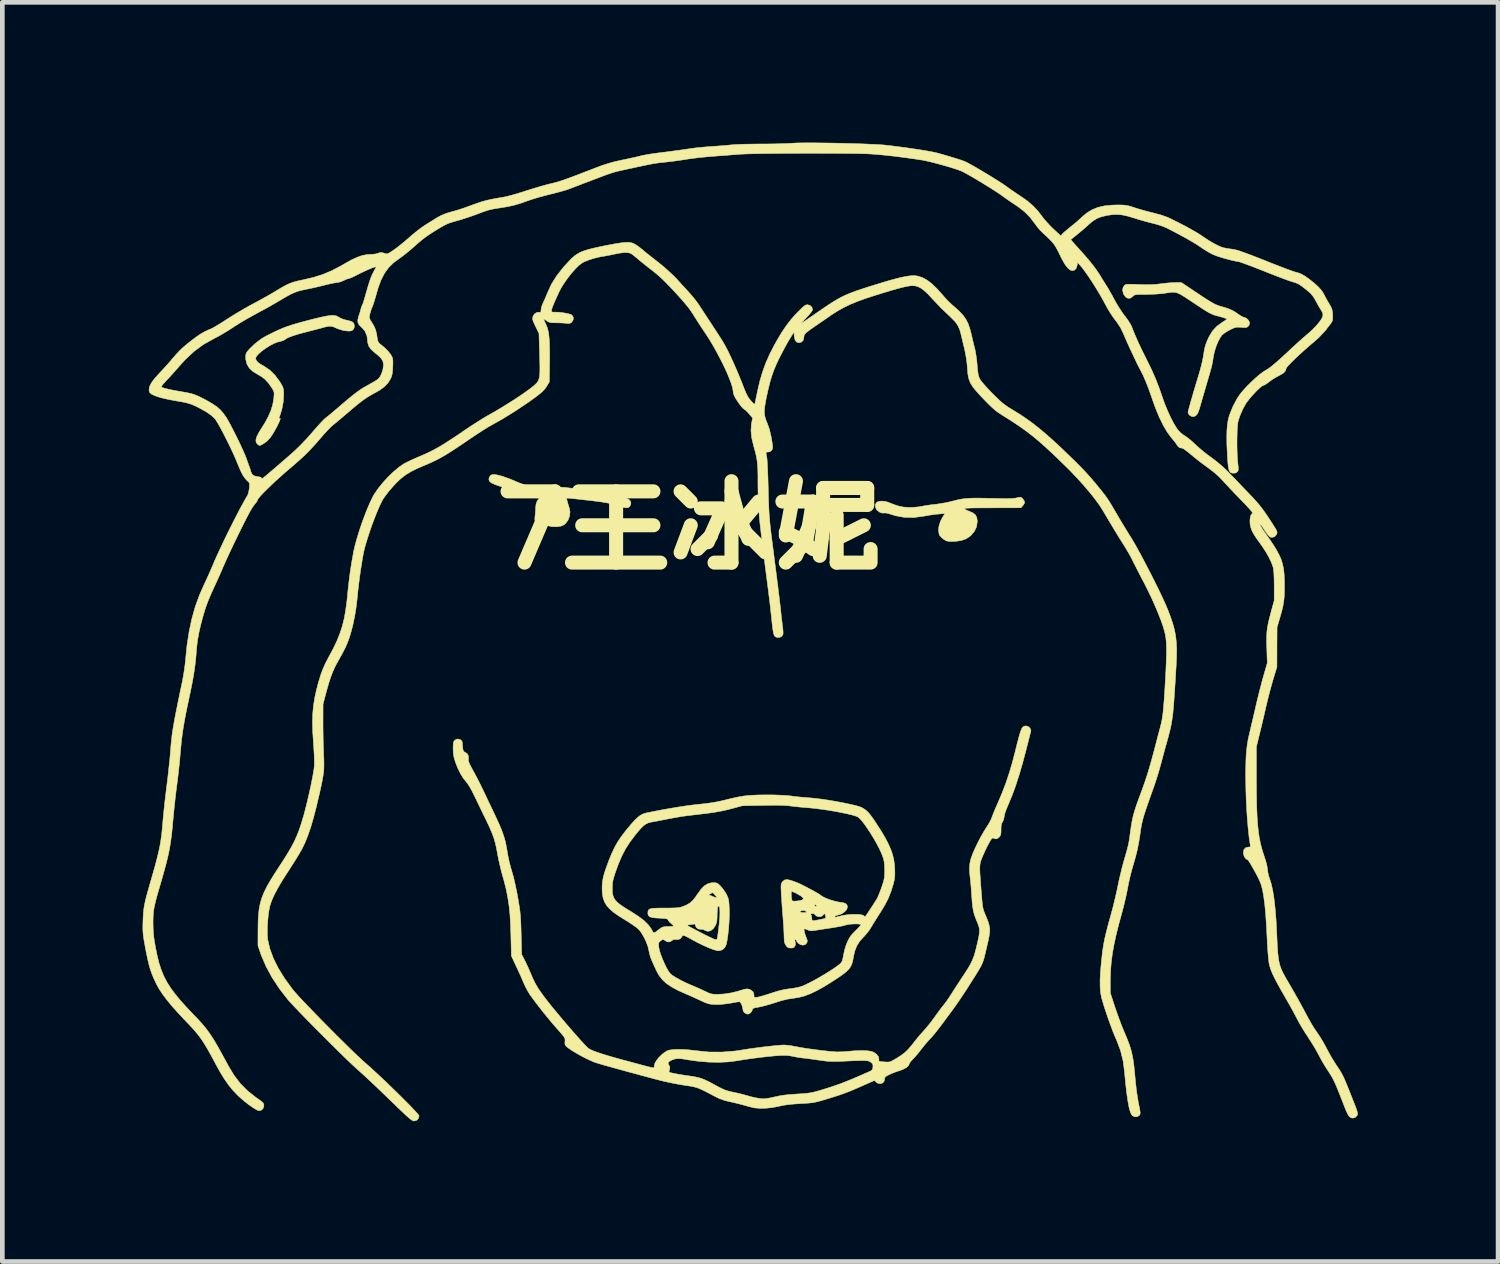
<source format=kicad_pcb>
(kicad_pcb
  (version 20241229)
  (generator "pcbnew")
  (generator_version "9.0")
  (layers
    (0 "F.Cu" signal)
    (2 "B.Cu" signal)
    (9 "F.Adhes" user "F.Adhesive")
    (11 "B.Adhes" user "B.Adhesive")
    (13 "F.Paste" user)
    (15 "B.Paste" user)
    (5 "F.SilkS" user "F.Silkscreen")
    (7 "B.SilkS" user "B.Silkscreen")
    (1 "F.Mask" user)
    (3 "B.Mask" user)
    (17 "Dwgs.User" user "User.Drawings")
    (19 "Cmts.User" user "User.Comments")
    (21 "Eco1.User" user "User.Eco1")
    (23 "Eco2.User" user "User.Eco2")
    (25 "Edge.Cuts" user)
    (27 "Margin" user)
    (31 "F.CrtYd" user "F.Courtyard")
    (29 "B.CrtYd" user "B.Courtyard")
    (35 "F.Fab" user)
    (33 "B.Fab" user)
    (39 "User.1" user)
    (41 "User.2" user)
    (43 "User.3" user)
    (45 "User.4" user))
  (footprint "7王冰妮"
    (layer "F.Cu")
    (at 11.687 8.293)
    (property "Reference" "7王冰妮" (at 0 0 0) (layer "F.SilkS") (effects (font (size 1.524 1.524) (thickness 0.3))))
    (attr through_hole)
    (fp_poly (pts (xy 7.115 -0.698) (xy 7.139 -0.672) (xy 7.171 -0.626) (xy 7.176 -0.589) (xy 7.153 -0.547) (xy 7.139 -0.53) (xy 7.098 -0.483) (xy 6.567 -0.482) (xy 6.398 -0.481) (xy 6.26 -0.481) (xy 6.149 -0.48) (xy 6.063 -0.479) (xy 5.998 -0.477) (xy 5.952 -0.475) (xy 5.922 -0.473) (xy 5.904 -0.469) (xy 5.895 -0.465) (xy 5.893 -0.46) (xy 5.893 -0.459) (xy 5.907 -0.447) (xy 5.946 -0.427) (xy 5.994 -0.408) (xy 6.074 -0.372) (xy 6.126 -0.329) (xy 6.154 -0.273) (xy 6.164 -0.198) (xy 6.164 -0.189) (xy 6.149 -0.079) (xy 6.103 0.02) (xy 6.026 0.111) (xy 6.021 0.115) (xy 5.931 0.178) (xy 5.82 0.218) (xy 5.686 0.236) (xy 5.635 0.237) (xy 5.566 0.236) (xy 5.519 0.229) (xy 5.482 0.214) (xy 5.441 0.188) (xy 5.438 0.186) (xy 5.393 0.147) (xy 5.359 0.108) (xy 5.35 0.091) (xy 5.335 0.006) (xy 5.344 -0.092) (xy 5.377 -0.195) (xy 5.43 -0.295) (xy 5.473 -0.361) (xy 5.332 -0.349) (xy 5.25 -0.341) (xy 5.152 -0.327) (xy 5.053 -0.31) (xy 5.012 -0.302) (xy 4.803 -0.275) (xy 4.606 -0.278) (xy 4.419 -0.312) (xy 4.349 -0.334) (xy 4.263 -0.36) (xy 4.202 -0.373) (xy 4.17 -0.371) (xy 4.126 -0.37) (xy 4.073 -0.391) (xy 4.023 -0.429) (xy 4.009 -0.445) (xy 3.984 -0.499) (xy 3.984 -0.553) (xy 4.01 -0.598) (xy 4.01 -0.599) (xy 4.053 -0.619) (xy 4.116 -0.626) (xy 4.187 -0.621) (xy 4.255 -0.603) (xy 4.264 -0.599) (xy 4.385 -0.551) (xy 4.488 -0.518) (xy 4.583 -0.499) (xy 4.681 -0.492) (xy 4.718 -0.491) (xy 4.804 -0.494) (xy 4.892 -0.501) (xy 4.966 -0.512) (xy 4.982 -0.515) (xy 5.046 -0.528) (xy 5.131 -0.541) (xy 5.222 -0.553) (xy 5.266 -0.557) (xy 5.363 -0.57) (xy 5.469 -0.588) (xy 5.565 -0.608) (xy 5.596 -0.616) (xy 5.688 -0.639) (xy 5.767 -0.658) (xy 5.842 -0.672) (xy 5.917 -0.681) (xy 5.998 -0.687) (xy 6.091 -0.69) (xy 6.202 -0.69) (xy 6.336 -0.688) (xy 6.454 -0.685) (xy 6.604 -0.682) (xy 6.724 -0.68) (xy 6.818 -0.68) (xy 6.891 -0.682) (xy 6.947 -0.685) (xy 6.989 -0.691) (xy 7.01 -0.696) (xy 7.062 -0.708) (xy 7.093 -0.71) (xy 7.115 -0.698)) (stroke (width 0.01) (type solid)) (fill yes) (layer "F.SilkS"))
    (fp_poly (pts (xy -4.09 -1.183) (xy -4.013 -1.163) (xy -3.921 -1.132) (xy -3.819 -1.094) (xy -3.726 -1.055) (xy -3.713 -1.049) (xy -3.626 -1.013) (xy -3.528 -0.977) (xy -3.437 -0.95) (xy -3.422 -0.946) (xy -3.361 -0.932) (xy -3.307 -0.923) (xy -3.251 -0.918) (xy -3.185 -0.916) (xy -3.1 -0.918) (xy -3.01 -0.921) (xy -2.868 -0.925) (xy -2.749 -0.924) (xy -2.64 -0.917) (xy -2.552 -0.906) (xy -2.475 -0.896) (xy -2.373 -0.883) (xy -2.255 -0.868) (xy -2.131 -0.853) (xy -2.008 -0.839) (xy -2.001 -0.838) (xy -1.86 -0.82) (xy -1.738 -0.802) (xy -1.64 -0.784) (xy -1.568 -0.768) (xy -1.544 -0.76) (xy -1.474 -0.736) (xy -1.402 -0.712) (xy -1.367 -0.701) (xy -1.295 -0.668) (xy -1.253 -0.626) (xy -1.244 -0.574) (xy -1.253 -0.542) (xy -1.273 -0.507) (xy -1.3 -0.487) (xy -1.341 -0.481) (xy -1.399 -0.49) (xy -1.481 -0.512) (xy -1.542 -0.531) (xy -1.616 -0.555) (xy -1.688 -0.574) (xy -1.766 -0.59) (xy -1.856 -0.605) (xy -1.966 -0.62) (xy -2.078 -0.634) (xy -2.229 -0.651) (xy -2.35 -0.665) (xy -2.443 -0.675) (xy -2.513 -0.683) (xy -2.562 -0.687) (xy -2.594 -0.689) (xy -2.613 -0.687) (xy -2.621 -0.684) (xy -2.622 -0.679) (xy -2.619 -0.671) (xy -2.618 -0.668) (xy -2.606 -0.63) (xy -2.598 -0.595) (xy -2.585 -0.55) (xy -2.567 -0.494) (xy -2.563 -0.483) (xy -2.546 -0.393) (xy -2.557 -0.3) (xy -2.592 -0.212) (xy -2.65 -0.139) (xy -2.673 -0.12) (xy -2.735 -0.092) (xy -2.818 -0.078) (xy -2.912 -0.079) (xy -2.946 -0.083) (xy -3.002 -0.095) (xy -3.049 -0.11) (xy -3.06 -0.115) (xy -3.103 -0.129) (xy -3.155 -0.135) (xy -3.216 -0.148) (xy -3.259 -0.172) (xy -3.286 -0.196) (xy -3.298 -0.222) (xy -3.298 -0.262) (xy -3.295 -0.294) (xy -3.289 -0.362) (xy -3.283 -0.442) (xy -3.281 -0.485) (xy -3.273 -0.561) (xy -3.255 -0.615) (xy -3.238 -0.642) (xy -3.199 -0.694) (xy -3.249 -0.694) (xy -3.3 -0.7) (xy -3.375 -0.714) (xy -3.464 -0.736) (xy -3.558 -0.762) (xy -3.649 -0.79) (xy -3.728 -0.818) (xy -3.785 -0.843) (xy -3.846 -0.87) (xy -3.927 -0.902) (xy -4.014 -0.934) (xy -4.061 -0.949) (xy -4.158 -0.983) (xy -4.225 -1.014) (xy -4.265 -1.046) (xy -4.281 -1.081) (xy -4.277 -1.122) (xy -4.274 -1.131) (xy -4.252 -1.17) (xy -4.217 -1.191) (xy -4.164 -1.196) (xy -4.09 -1.183)) (stroke (width 0.01) (type solid)) (fill yes) (layer "F.SilkS"))
    (fp_poly (pts (xy -7.593 -4.597) (xy -7.55 -4.589) (xy -7.515 -4.574) (xy -7.485 -4.555) (xy -7.44 -4.531) (xy -7.381 -4.51) (xy -7.356 -4.503) (xy -7.279 -4.485) (xy -7.229 -4.47) (xy -7.198 -4.456) (xy -7.18 -4.439) (xy -7.167 -4.417) (xy -7.156 -4.361) (xy -7.171 -4.31) (xy -7.207 -4.274) (xy -7.218 -4.269) (xy -7.269 -4.262) (xy -7.34 -4.267) (xy -7.42 -4.282) (xy -7.499 -4.307) (xy -7.543 -4.325) (xy -7.607 -4.353) (xy -7.661 -4.366) (xy -7.718 -4.364) (xy -7.79 -4.348) (xy -7.807 -4.343) (xy -7.859 -4.329) (xy -7.934 -4.309) (xy -8.022 -4.286) (xy -8.115 -4.262) (xy -8.128 -4.259) (xy -8.28 -4.219) (xy -8.402 -4.184) (xy -8.497 -4.153) (xy -8.566 -4.127) (xy -8.612 -4.103) (xy -8.633 -4.087) (xy -8.675 -4.062) (xy -8.73 -4.044) (xy -8.742 -4.042) (xy -8.808 -4.025) (xy -8.885 -3.994) (xy -8.966 -3.951) (xy -9.047 -3.9) (xy -9.123 -3.846) (xy -9.188 -3.792) (xy -9.238 -3.741) (xy -9.266 -3.697) (xy -9.27 -3.668) (xy -9.251 -3.628) (xy -9.218 -3.591) (xy -9.164 -3.553) (xy -9.089 -3.51) (xy -8.968 -3.429) (xy -8.855 -3.318) (xy -8.754 -3.181) (xy -8.733 -3.147) (xy -8.702 -3.092) (xy -8.683 -3.049) (xy -8.674 -3.005) (xy -8.67 -2.948) (xy -8.67 -2.896) (xy -8.68 -2.743) (xy -8.708 -2.593) (xy -8.746 -2.468) (xy -8.765 -2.419) (xy -8.77 -2.395) (xy -8.763 -2.392) (xy -8.753 -2.397) (xy -8.742 -2.395) (xy -8.748 -2.365) (xy -8.771 -2.309) (xy -8.81 -2.227) (xy -8.815 -2.218) (xy -8.887 -2.088) (xy -8.954 -1.987) (xy -9.021 -1.913) (xy -9.088 -1.863) (xy -9.091 -1.861) (xy -9.141 -1.832) (xy -9.17 -1.818) (xy -9.189 -1.816) (xy -9.206 -1.825) (xy -9.225 -1.838) (xy -9.258 -1.877) (xy -9.265 -1.932) (xy -9.246 -2.003) (xy -9.201 -2.092) (xy -9.172 -2.139) (xy -9.073 -2.297) (xy -8.997 -2.438) (xy -8.941 -2.568) (xy -8.904 -2.692) (xy -8.882 -2.815) (xy -8.88 -2.842) (xy -8.875 -2.906) (xy -8.876 -2.95) (xy -8.888 -2.987) (xy -8.912 -3.029) (xy -8.926 -3.051) (xy -8.999 -3.155) (xy -9.073 -3.234) (xy -9.154 -3.295) (xy -9.211 -3.327) (xy -9.324 -3.395) (xy -9.406 -3.471) (xy -9.457 -3.558) (xy -9.481 -3.657) (xy -9.483 -3.698) (xy -9.481 -3.748) (xy -9.473 -3.784) (xy -9.453 -3.819) (xy -9.416 -3.863) (xy -9.399 -3.882) (xy -9.281 -3.995) (xy -9.152 -4.094) (xy -9.051 -4.154) (xy -8.918 -4.221) (xy -8.803 -4.276) (xy -8.699 -4.321) (xy -8.596 -4.361) (xy -8.486 -4.397) (xy -8.361 -4.434) (xy -8.213 -4.474) (xy -8.187 -4.481) (xy -8.029 -4.522) (xy -7.899 -4.553) (xy -7.794 -4.576) (xy -7.711 -4.591) (xy -7.645 -4.597) (xy -7.593 -4.597)) (stroke (width 0.01) (type solid)) (fill yes) (layer "F.SilkS"))
    (fp_poly (pts (xy 10.883 -5.064) (xy 10.994 -4.99) (xy 11.083 -4.933) (xy 11.153 -4.889) (xy 11.211 -4.856) (xy 11.26 -4.831) (xy 11.305 -4.812) (xy 11.352 -4.797) (xy 11.395 -4.784) (xy 11.49 -4.756) (xy 11.562 -4.73) (xy 11.623 -4.702) (xy 11.684 -4.666) (xy 11.75 -4.62) (xy 11.802 -4.587) (xy 11.847 -4.563) (xy 11.874 -4.555) (xy 11.913 -4.541) (xy 11.953 -4.506) (xy 11.981 -4.463) (xy 11.989 -4.431) (xy 11.977 -4.389) (xy 11.955 -4.361) (xy 11.931 -4.344) (xy 11.899 -4.337) (xy 11.85 -4.338) (xy 11.81 -4.342) (xy 11.751 -4.346) (xy 11.706 -4.344) (xy 11.663 -4.333) (xy 11.608 -4.309) (xy 11.577 -4.294) (xy 11.51 -4.258) (xy 11.447 -4.217) (xy 11.402 -4.181) (xy 11.4 -4.179) (xy 11.357 -4.12) (xy 11.313 -4.036) (xy 11.273 -3.938) (xy 11.239 -3.832) (xy 11.215 -3.729) (xy 11.211 -3.7) (xy 11.204 -3.653) (xy 11.198 -3.612) (xy 11.19 -3.572) (xy 11.181 -3.529) (xy 11.168 -3.478) (xy 11.151 -3.414) (xy 11.128 -3.333) (xy 11.098 -3.231) (xy 11.06 -3.102) (xy 11.047 -3.056) (xy 11.014 -2.943) (xy 10.982 -2.835) (xy 10.954 -2.737) (xy 10.931 -2.657) (xy 10.914 -2.601) (xy 10.91 -2.587) (xy 10.878 -2.502) (xy 10.836 -2.451) (xy 10.787 -2.431) (xy 10.744 -2.439) (xy 10.695 -2.47) (xy 10.672 -2.513) (xy 10.673 -2.544) (xy 10.687 -2.595) (xy 10.708 -2.672) (xy 10.735 -2.769) (xy 10.767 -2.878) (xy 10.8 -2.993) (xy 10.834 -3.107) (xy 10.867 -3.215) (xy 10.895 -3.308) (xy 10.898 -3.317) (xy 10.928 -3.421) (xy 10.957 -3.53) (xy 10.981 -3.634) (xy 10.998 -3.719) (xy 11 -3.734) (xy 11.016 -3.835) (xy 11.032 -3.913) (xy 11.051 -3.979) (xy 11.076 -4.046) (xy 11.112 -4.123) (xy 11.121 -4.143) (xy 11.194 -4.264) (xy 11.287 -4.365) (xy 11.406 -4.452) (xy 11.417 -4.459) (xy 11.467 -4.49) (xy 11.493 -4.509) (xy 11.496 -4.521) (xy 11.482 -4.531) (xy 11.472 -4.535) (xy 11.436 -4.548) (xy 11.379 -4.565) (xy 11.31 -4.584) (xy 11.294 -4.588) (xy 11.248 -4.6) (xy 11.207 -4.614) (xy 11.164 -4.633) (xy 11.115 -4.658) (xy 11.055 -4.693) (xy 10.98 -4.741) (xy 10.886 -4.803) (xy 10.8 -4.86) (xy 10.688 -4.934) (xy 10.6 -4.992) (xy 10.53 -5.035) (xy 10.474 -5.065) (xy 10.426 -5.083) (xy 10.381 -5.092) (xy 10.335 -5.093) (xy 10.281 -5.087) (xy 10.216 -5.078) (xy 10.177 -5.072) (xy 10.097 -5.062) (xy 9.996 -5.054) (xy 9.886 -5.049) (xy 9.78 -5.046) (xy 9.772 -5.046) (xy 9.677 -5.046) (xy 9.609 -5.045) (xy 9.563 -5.041) (xy 9.533 -5.035) (xy 9.513 -5.026) (xy 9.497 -5.011) (xy 9.49 -5.004) (xy 9.439 -4.967) (xy 9.387 -4.963) (xy 9.338 -4.989) (xy 9.298 -5.044) (xy 9.289 -5.064) (xy 9.271 -5.135) (xy 9.282 -5.195) (xy 9.311 -5.238) (xy 9.324 -5.25) (xy 9.341 -5.258) (xy 9.368 -5.263) (xy 9.411 -5.264) (xy 9.475 -5.264) (xy 9.564 -5.261) (xy 9.618 -5.258) (xy 9.751 -5.254) (xy 9.861 -5.255) (xy 9.958 -5.259) (xy 10.051 -5.269) (xy 10.083 -5.274) (xy 10.176 -5.285) (xy 10.273 -5.294) (xy 10.36 -5.299) (xy 10.398 -5.3) (xy 10.529 -5.3) (xy 10.883 -5.064)) (stroke (width 0.01) (type solid)) (fill yes) (layer "F.SilkS"))
    (fp_poly (pts (xy 7.255 4.196) (xy 7.291 4.229) (xy 7.31 4.269) (xy 7.31 4.29) (xy 7.304 4.316) (xy 7.29 4.37) (xy 7.271 4.447) (xy 7.247 4.542) (xy 7.219 4.649) (xy 7.198 4.732) (xy 7.126 5.003) (xy 7.055 5.244) (xy 6.985 5.461) (xy 6.912 5.659) (xy 6.837 5.841) (xy 6.835 5.845) (xy 6.79 5.952) (xy 6.758 6.039) (xy 6.742 6.102) (xy 6.739 6.125) (xy 6.728 6.186) (xy 6.706 6.231) (xy 6.687 6.264) (xy 6.676 6.309) (xy 6.672 6.374) (xy 6.672 6.397) (xy 6.671 6.464) (xy 6.665 6.507) (xy 6.652 6.537) (xy 6.629 6.564) (xy 6.628 6.564) (xy 6.594 6.592) (xy 6.559 6.598) (xy 6.51 6.584) (xy 6.501 6.58) (xy 6.485 6.582) (xy 6.463 6.605) (xy 6.434 6.651) (xy 6.397 6.718) (xy 6.354 6.802) (xy 6.311 6.896) (xy 6.273 6.981) (xy 6.265 7.002) (xy 6.249 7.041) (xy 6.237 7.075) (xy 6.228 7.11) (xy 6.222 7.147) (xy 6.218 7.192) (xy 6.218 7.248) (xy 6.22 7.319) (xy 6.226 7.409) (xy 6.234 7.522) (xy 6.244 7.663) (xy 6.254 7.79) (xy 6.263 7.897) (xy 6.27 7.979) (xy 6.279 8.042) (xy 6.289 8.093) (xy 6.303 8.14) (xy 6.323 8.191) (xy 6.349 8.253) (xy 6.35 8.255) (xy 6.391 8.356) (xy 6.417 8.441) (xy 6.429 8.519) (xy 6.428 8.601) (xy 6.414 8.697) (xy 6.392 8.799) (xy 6.363 8.925) (xy 6.34 9.024) (xy 6.322 9.099) (xy 6.306 9.157) (xy 6.292 9.203) (xy 6.278 9.241) (xy 6.263 9.276) (xy 6.25 9.305) (xy 6.227 9.348) (xy 6.188 9.414) (xy 6.137 9.498) (xy 6.076 9.595) (xy 6.009 9.7) (xy 5.94 9.809) (xy 5.87 9.915) (xy 5.804 10.015) (xy 5.744 10.102) (xy 5.695 10.173) (xy 5.687 10.184) (xy 5.577 10.334) (xy 5.484 10.46) (xy 5.407 10.564) (xy 5.342 10.649) (xy 5.289 10.718) (xy 5.243 10.774) (xy 5.205 10.82) (xy 5.17 10.858) (xy 5.157 10.871) (xy 5.094 10.94) (xy 5.026 11.021) (xy 4.965 11.098) (xy 4.957 11.108) (xy 4.904 11.176) (xy 4.847 11.244) (xy 4.796 11.299) (xy 4.785 11.311) (xy 4.744 11.355) (xy 4.716 11.393) (xy 4.707 11.416) (xy 4.692 11.45) (xy 4.65 11.487) (xy 4.587 11.522) (xy 4.511 11.552) (xy 4.496 11.557) (xy 4.423 11.58) (xy 4.342 11.612) (xy 4.288 11.636) (xy 4.232 11.664) (xy 4.2 11.686) (xy 4.185 11.708) (xy 4.183 11.733) (xy 4.169 11.787) (xy 4.134 11.821) (xy 4.086 11.834) (xy 4.033 11.822) (xy 4.003 11.801) (xy 3.964 11.765) (xy 3.713 11.876) (xy 3.579 11.935) (xy 3.466 11.983) (xy 3.364 12.023) (xy 3.264 12.06) (xy 3.156 12.096) (xy 3.03 12.135) (xy 2.947 12.161) (xy 2.842 12.192) (xy 2.76 12.215) (xy 2.691 12.231) (xy 2.625 12.242) (xy 2.553 12.249) (xy 2.465 12.255) (xy 2.377 12.26) (xy 2.239 12.269) (xy 2.126 12.28) (xy 2.029 12.294) (xy 1.938 12.313) (xy 1.917 12.318) (xy 1.787 12.343) (xy 1.648 12.358) (xy 1.513 12.361) (xy 1.394 12.351) (xy 1.389 12.35) (xy 1.355 12.342) (xy 1.297 12.327) (xy 1.226 12.308) (xy 1.177 12.294) (xy 1.083 12.269) (xy 0.98 12.243) (xy 0.886 12.222) (xy 0.857 12.216) (xy 0.743 12.187) (xy 0.634 12.146) (xy 0.552 12.105) (xy 0.436 12.044) (xy 0.345 11.997) (xy 0.271 11.961) (xy 0.21 11.934) (xy 0.155 11.915) (xy 0.1 11.9) (xy 0.039 11.888) (xy -0.033 11.877) (xy -0.093 11.868) (xy -0.211 11.849) (xy -0.345 11.824) (xy -0.477 11.796) (xy -0.593 11.769) (xy -0.713 11.738) (xy -0.847 11.702) (xy -0.991 11.664) (xy -1.14 11.623) (xy -1.29 11.583) (xy -1.436 11.543) (xy -1.575 11.504) (xy -1.702 11.469) (xy -1.813 11.438) (xy -1.903 11.412) (xy -1.968 11.392) (xy -2.002 11.382) (xy -2.102 11.341) (xy -2.219 11.286) (xy -2.34 11.222) (xy -2.455 11.155) (xy -2.483 11.138) (xy -2.558 11.088) (xy -2.609 11.051) (xy -2.639 11.02) (xy -2.654 10.99) (xy -2.656 10.956) (xy -2.654 10.929) (xy -2.652 10.901) (xy -2.654 10.877) (xy -2.664 10.852) (xy -2.684 10.82) (xy -2.719 10.777) (xy -2.77 10.718) (xy -2.824 10.657) (xy -2.914 10.554) (xy -3.011 10.437) (xy -3.111 10.315) (xy -3.207 10.192) (xy -3.295 10.077) (xy -3.37 9.976) (xy -3.414 9.913) (xy -3.455 9.844) (xy -3.499 9.761) (xy -3.536 9.681) (xy -3.538 9.676) (xy -3.567 9.609) (xy -3.605 9.521) (xy -3.649 9.425) (xy -3.693 9.331) (xy -3.697 9.322) (xy -3.8 9.102) (xy -3.811 8.644) (xy -3.819 8.416) (xy -3.831 8.214) (xy -3.85 8.029) (xy -3.877 7.854) (xy -3.911 7.682) (xy -3.955 7.504) (xy -3.987 7.392) (xy -4.017 7.28) (xy -4.047 7.157) (xy -4.074 7.036) (xy -4.095 6.931) (xy -4.097 6.917) (xy -4.12 6.791) (xy -4.146 6.68) (xy -4.177 6.574) (xy -4.217 6.467) (xy -4.268 6.348) (xy -4.333 6.21) (xy -4.343 6.189) (xy -4.398 6.078) (xy -4.459 5.951) (xy -4.52 5.824) (xy -4.575 5.71) (xy -4.585 5.69) (xy -4.647 5.565) (xy -4.703 5.467) (xy -4.749 5.398) (xy -4.769 5.375) (xy -4.83 5.299) (xy -4.892 5.197) (xy -4.95 5.077) (xy -5 4.949) (xy -5.002 4.942) (xy -5.03 4.844) (xy -5.043 4.752) (xy -5.046 4.671) (xy -5.045 4.593) (xy -5.04 4.543) (xy -5.029 4.51) (xy -5.01 4.489) (xy -4.982 4.472) (xy -4.944 4.461) (xy -4.903 4.472) (xy -4.898 4.474) (xy -4.869 4.492) (xy -4.854 4.519) (xy -4.848 4.565) (xy -4.847 4.581) (xy -4.841 4.656) (xy -4.832 4.704) (xy -4.816 4.732) (xy -4.792 4.746) (xy -4.787 4.748) (xy -4.746 4.774) (xy -4.721 4.821) (xy -4.716 4.881) (xy -4.718 4.893) (xy -4.72 4.921) (xy -4.711 4.956) (xy -4.691 5.004) (xy -4.656 5.071) (xy -4.626 5.126) (xy -4.579 5.212) (xy -4.524 5.316) (xy -4.468 5.427) (xy -4.417 5.531) (xy -4.41 5.546) (xy -4.365 5.641) (xy -4.31 5.756) (xy -4.251 5.88) (xy -4.191 6.004) (xy -4.148 6.096) (xy -4.072 6.26) (xy -4.012 6.402) (xy -3.966 6.529) (xy -3.931 6.649) (xy -3.906 6.768) (xy -3.895 6.833) (xy -3.873 6.963) (xy -3.847 7.085) (xy -3.814 7.213) (xy -3.776 7.341) (xy -3.756 7.412) (xy -3.733 7.508) (xy -3.709 7.62) (xy -3.684 7.739) (xy -3.662 7.857) (xy -3.662 7.857) (xy -3.643 7.97) (xy -3.628 8.066) (xy -3.616 8.151) (xy -3.608 8.234) (xy -3.602 8.322) (xy -3.597 8.424) (xy -3.593 8.547) (xy -3.591 8.636) (xy -3.581 9.068) (xy -3.518 9.189) (xy -3.481 9.264) (xy -3.44 9.354) (xy -3.402 9.441) (xy -3.394 9.46) (xy -3.349 9.566) (xy -3.305 9.659) (xy -3.258 9.745) (xy -3.204 9.831) (xy -3.138 9.923) (xy -3.058 10.03) (xy -2.993 10.113) (xy -2.917 10.207) (xy -2.831 10.311) (xy -2.74 10.42) (xy -2.646 10.531) (xy -2.552 10.641) (xy -2.461 10.745) (xy -2.376 10.842) (xy -2.3 10.927) (xy -2.236 10.996) (xy -2.187 11.047) (xy -2.156 11.076) (xy -2.152 11.079) (xy -2.107 11.104) (xy -2.044 11.133) (xy -1.959 11.164) (xy -1.851 11.2) (xy -1.717 11.241) (xy -1.556 11.287) (xy -1.364 11.34) (xy -1.335 11.347) (xy -1.18 11.389) (xy -1.054 11.423) (xy -0.955 11.449) (xy -0.879 11.469) (xy -0.824 11.482) (xy -0.786 11.49) (xy -0.762 11.492) (xy -0.749 11.489) (xy -0.744 11.483) (xy -0.743 11.473) (xy -0.745 11.459) (xy -0.745 11.451) (xy -0.734 11.409) (xy -0.446 11.409) (xy -0.429 11.44) (xy -0.41 11.481) (xy -0.414 11.521) (xy -0.419 11.533) (xy -0.428 11.569) (xy -0.426 11.589) (xy -0.426 11.589) (xy -0.401 11.597) (xy -0.351 11.608) (xy -0.281 11.622) (xy -0.201 11.636) (xy -0.118 11.65) (xy -0.038 11.662) (xy 0 11.667) (xy 0.122 11.686) (xy 0.226 11.71) (xy 0.322 11.744) (xy 0.424 11.792) (xy 0.508 11.837) (xy 0.606 11.891) (xy 0.684 11.931) (xy 0.749 11.961) (xy 0.811 11.983) (xy 0.878 12.001) (xy 0.957 12.019) (xy 0.979 12.023) (xy 1.06 12.041) (xy 1.138 12.06) (xy 1.201 12.077) (xy 1.221 12.083) (xy 1.319 12.111) (xy 1.422 12.135) (xy 1.519 12.151) (xy 1.592 12.157) (xy 1.641 12.153) (xy 1.712 12.142) (xy 1.793 12.125) (xy 1.837 12.115) (xy 1.932 12.094) (xy 2.035 12.078) (xy 2.155 12.065) (xy 2.299 12.055) (xy 2.415 12.048) (xy 2.507 12.04) (xy 2.584 12.03) (xy 2.654 12.017) (xy 2.727 11.998) (xy 2.79 11.981) (xy 3.034 11.905) (xy 3.26 11.826) (xy 3.479 11.738) (xy 3.549 11.708) (xy 3.637 11.67) (xy 3.72 11.634) (xy 3.791 11.603) (xy 3.84 11.582) (xy 3.846 11.579) (xy 3.894 11.556) (xy 3.918 11.534) (xy 3.929 11.502) (xy 3.932 11.48) (xy 3.932 11.432) (xy 3.916 11.401) (xy 3.887 11.375) (xy 3.867 11.362) (xy 3.845 11.352) (xy 3.816 11.345) (xy 3.776 11.34) (xy 3.722 11.338) (xy 3.65 11.339) (xy 3.555 11.342) (xy 3.433 11.347) (xy 3.302 11.353) (xy 3.186 11.358) (xy 3.093 11.359) (xy 3.012 11.357) (xy 2.932 11.351) (xy 2.842 11.339) (xy 2.786 11.331) (xy 2.688 11.317) (xy 2.592 11.304) (xy 2.508 11.293) (xy 2.445 11.286) (xy 2.438 11.286) (xy 2.357 11.275) (xy 2.269 11.26) (xy 2.22 11.249) (xy 2.142 11.235) (xy 2.055 11.229) (xy 1.947 11.231) (xy 1.932 11.232) (xy 1.818 11.24) (xy 1.679 11.254) (xy 1.525 11.271) (xy 1.364 11.292) (xy 1.206 11.314) (xy 1.059 11.338) (xy 1.018 11.345) (xy 0.836 11.368) (xy 0.631 11.377) (xy 0.413 11.372) (xy 0.189 11.353) (xy -0.032 11.322) (xy -0.044 11.319) (xy -0.143 11.303) (xy -0.219 11.297) (xy -0.278 11.3) (xy -0.331 11.313) (xy -0.366 11.327) (xy -0.42 11.355) (xy -0.446 11.38) (xy -0.446 11.409) (xy -0.734 11.409) (xy -0.731 11.397) (xy -0.694 11.333) (xy -0.639 11.265) (xy -0.571 11.2) (xy -0.497 11.146) (xy -0.47 11.13) (xy -0.418 11.114) (xy -0.339 11.104) (xy -0.239 11.1) (xy -0.122 11.102) (xy 0.004 11.111) (xy 0.135 11.126) (xy 0.158 11.129) (xy 0.428 11.156) (xy 0.709 11.157) (xy 0.99 11.134) (xy 1.099 11.118) (xy 1.219 11.098) (xy 1.35 11.079) (xy 1.486 11.061) (xy 1.62 11.044) (xy 1.747 11.03) (xy 1.86 11.018) (xy 1.954 11.01) (xy 2.021 11.006) (xy 2.032 11.006) (xy 2.093 11.01) (xy 2.172 11.02) (xy 2.255 11.035) (xy 2.278 11.039) (xy 2.375 11.058) (xy 2.498 11.078) (xy 2.647 11.099) (xy 2.826 11.122) (xy 3.031 11.145) (xy 3.166 11.154) (xy 3.303 11.15) (xy 3.37 11.144) (xy 3.537 11.13) (xy 3.681 11.125) (xy 3.8 11.128) (xy 3.891 11.141) (xy 3.946 11.159) (xy 4.011 11.204) (xy 4.05 11.256) (xy 4.061 11.31) (xy 4.06 11.318) (xy 4.058 11.339) (xy 4.067 11.352) (xy 4.092 11.359) (xy 4.142 11.365) (xy 4.173 11.367) (xy 4.23 11.371) (xy 4.272 11.37) (xy 4.309 11.361) (xy 4.352 11.34) (xy 4.411 11.306) (xy 4.426 11.298) (xy 4.528 11.233) (xy 4.61 11.172) (xy 4.681 11.105) (xy 4.751 11.024) (xy 4.796 10.967) (xy 4.857 10.889) (xy 4.927 10.805) (xy 4.995 10.728) (xy 5.012 10.709) (xy 5.069 10.645) (xy 5.136 10.563) (xy 5.203 10.477) (xy 5.249 10.413) (xy 5.304 10.336) (xy 5.36 10.26) (xy 5.41 10.194) (xy 5.444 10.152) (xy 5.487 10.097) (xy 5.537 10.026) (xy 5.587 9.951) (xy 5.6 9.931) (xy 5.64 9.867) (xy 5.693 9.785) (xy 5.754 9.692) (xy 5.815 9.598) (xy 5.841 9.559) (xy 5.916 9.445) (xy 5.975 9.352) (xy 6.02 9.273) (xy 6.056 9.199) (xy 6.086 9.125) (xy 6.112 9.043) (xy 6.138 8.945) (xy 6.167 8.824) (xy 6.172 8.8) (xy 6.195 8.697) (xy 6.208 8.618) (xy 6.211 8.555) (xy 6.205 8.499) (xy 6.188 8.443) (xy 6.162 8.377) (xy 6.126 8.289) (xy 6.099 8.211) (xy 6.079 8.134) (xy 6.065 8.048) (xy 6.054 7.946) (xy 6.045 7.823) (xy 6.038 7.72) (xy 6.03 7.617) (xy 6.022 7.524) (xy 6.014 7.451) (xy 6.012 7.434) (xy 5.999 7.311) (xy 5.997 7.21) (xy 6.005 7.122) (xy 6.024 7.036) (xy 6.03 7.016) (xy 6.065 6.918) (xy 6.116 6.801) (xy 6.177 6.674) (xy 6.244 6.546) (xy 6.313 6.427) (xy 6.353 6.363) (xy 6.398 6.293) (xy 6.436 6.227) (xy 6.463 6.173) (xy 6.473 6.147) (xy 6.485 6.112) (xy 6.508 6.053) (xy 6.54 5.976) (xy 6.579 5.886) (xy 6.615 5.803) (xy 6.701 5.599) (xy 6.776 5.403) (xy 6.843 5.202) (xy 6.907 4.989) (xy 6.969 4.753) (xy 6.977 4.721) (xy 7.013 4.573) (xy 7.044 4.456) (xy 7.069 4.364) (xy 7.091 4.296) (xy 7.111 4.247) (xy 7.13 4.215) (xy 7.15 4.196) (xy 7.173 4.186) (xy 7.199 4.183) (xy 7.212 4.183) (xy 7.255 4.196)) (stroke (width 0.01) (type solid)) (fill yes) (layer "F.SilkS"))
    (fp_poly (pts (xy 1.767 5.657) (xy 1.907 5.661) (xy 2.033 5.667) (xy 2.137 5.675) (xy 2.177 5.68) (xy 2.258 5.691) (xy 2.36 5.702) (xy 2.472 5.712) (xy 2.583 5.721) (xy 2.608 5.723) (xy 2.707 5.732) (xy 2.823 5.747) (xy 2.95 5.765) (xy 3.083 5.787) (xy 3.216 5.811) (xy 3.344 5.836) (xy 3.46 5.861) (xy 3.56 5.884) (xy 3.638 5.906) (xy 3.688 5.925) (xy 3.69 5.926) (xy 3.745 5.958) (xy 3.794 5.995) (xy 3.842 6.043) (xy 3.894 6.107) (xy 3.955 6.193) (xy 3.987 6.242) (xy 4.097 6.412) (xy 4.186 6.56) (xy 4.256 6.693) (xy 4.31 6.813) (xy 4.35 6.925) (xy 4.377 7.035) (xy 4.393 7.146) (xy 4.399 7.231) (xy 4.401 7.324) (xy 4.4 7.396) (xy 4.393 7.456) (xy 4.38 7.517) (xy 4.369 7.56) (xy 4.319 7.722) (xy 4.263 7.864) (xy 4.195 7.999) (xy 4.11 8.141) (xy 4.093 8.168) (xy 4.038 8.253) (xy 3.984 8.339) (xy 3.936 8.416) (xy 3.901 8.476) (xy 3.895 8.487) (xy 3.853 8.552) (xy 3.796 8.624) (xy 3.737 8.691) (xy 3.729 8.698) (xy 3.646 8.792) (xy 3.586 8.889) (xy 3.543 9) (xy 3.513 9.135) (xy 3.513 9.138) (xy 3.499 9.212) (xy 3.481 9.274) (xy 3.456 9.329) (xy 3.42 9.38) (xy 3.37 9.431) (xy 3.302 9.487) (xy 3.213 9.55) (xy 3.1 9.624) (xy 3.035 9.666) (xy 2.867 9.769) (xy 2.719 9.85) (xy 2.586 9.913) (xy 2.463 9.959) (xy 2.344 9.989) (xy 2.226 10.008) (xy 2.225 10.008) (xy 2.104 10.026) (xy 1.97 10.059) (xy 1.839 10.101) (xy 1.743 10.131) (xy 1.645 10.159) (xy 1.557 10.182) (xy 1.489 10.196) (xy 1.484 10.197) (xy 1.417 10.209) (xy 1.377 10.22) (xy 1.359 10.233) (xy 1.355 10.248) (xy 1.341 10.287) (xy 1.308 10.323) (xy 1.269 10.345) (xy 1.257 10.346) (xy 1.22 10.337) (xy 1.189 10.32) (xy 1.157 10.278) (xy 1.151 10.244) (xy 1.144 10.196) (xy 1.125 10.142) (xy 1.122 10.135) (xy 1.099 10.096) (xy 1.077 10.081) (xy 1.043 10.084) (xy 1.041 10.084) (xy 0.899 10.11) (xy 0.782 10.127) (xy 0.686 10.138) (xy 0.603 10.141) (xy 0.551 10.14) (xy 0.488 10.136) (xy 0.436 10.129) (xy 0.385 10.114) (xy 0.325 10.091) (xy 0.246 10.055) (xy 0.229 10.047) (xy 0.143 10.007) (xy 0.055 9.967) (xy -0.022 9.933) (xy -0.068 9.914) (xy -0.236 9.839) (xy -0.373 9.765) (xy -0.485 9.689) (xy -0.574 9.606) (xy -0.645 9.515) (xy -0.699 9.415) (xy -0.734 9.338) (xy -0.773 9.252) (xy -0.798 9.197) (xy -0.826 9.124) (xy -0.848 9.047) (xy -0.858 8.994) (xy -0.877 8.909) (xy -0.913 8.81) (xy -0.96 8.709) (xy -1.013 8.617) (xy -1.066 8.545) (xy -1.073 8.538) (xy -1.113 8.502) (xy -1.176 8.456) (xy -1.252 8.404) (xy -1.336 8.35) (xy -1.362 8.335) (xy -1.502 8.247) (xy -1.614 8.169) (xy -1.701 8.094) (xy -1.765 8.02) (xy -1.81 7.943) (xy -1.839 7.859) (xy -1.855 7.763) (xy -1.859 7.705) (xy -1.86 7.651) (xy -1.642 7.651) (xy -1.64 7.732) (xy -1.63 7.8) (xy -1.609 7.858) (xy -1.575 7.912) (xy -1.523 7.965) (xy -1.45 8.021) (xy -1.354 8.084) (xy -1.239 8.154) (xy -1.087 8.252) (xy -0.965 8.344) (xy -0.874 8.433) (xy -0.81 8.52) (xy -0.798 8.543) (xy -0.777 8.583) (xy -0.759 8.603) (xy -0.737 8.603) (xy -0.704 8.582) (xy -0.652 8.541) (xy -0.645 8.536) (xy -0.6 8.502) (xy -0.56 8.483) (xy -0.512 8.474) (xy -0.459 8.472) (xy -0.399 8.47) (xy -0.353 8.468) (xy -0.331 8.467) (xy -0.332 8.458) (xy -0.343 8.447) (xy -0.034 8.447) (xy -0.02 8.458) (xy 0.02 8.482) (xy 0.078 8.514) (xy 0.151 8.552) (xy 0.231 8.594) (xy 0.314 8.636) (xy 0.394 8.676) (xy 0.465 8.71) (xy 0.523 8.737) (xy 0.56 8.752) (xy 0.57 8.755) (xy 0.596 8.742) (xy 0.601 8.733) (xy 0.606 8.709) (xy 0.614 8.659) (xy 0.623 8.589) (xy 0.634 8.508) (xy 0.634 8.506) (xy 0.647 8.389) (xy 0.656 8.281) (xy 0.659 8.186) (xy 0.658 8.112) (xy 0.652 8.063) (xy 0.647 8.048) (xy 0.629 8.033) (xy 0.615 8.051) (xy 0.606 8.1) (xy 0.601 8.18) (xy 0.601 8.213) (xy 0.599 8.297) (xy 0.593 8.358) (xy 0.582 8.406) (xy 0.562 8.452) (xy 0.562 8.452) (xy 0.516 8.521) (xy 0.46 8.563) (xy 0.4 8.575) (xy 0.34 8.556) (xy 0.324 8.545) (xy 0.291 8.533) (xy 0.251 8.532) (xy 0.198 8.525) (xy 0.156 8.496) (xy 0.136 8.454) (xy 0.135 8.445) (xy 0.129 8.421) (xy 0.102 8.421) (xy 0.097 8.422) (xy 0.05 8.43) (xy 0.013 8.433) (xy -0.021 8.437) (xy -0.034 8.447) (xy -0.343 8.447) (xy -0.355 8.433) (xy -0.376 8.415) (xy -0.416 8.378) (xy -0.443 8.344) (xy -0.448 8.333) (xy -0.457 8.318) (xy -0.476 8.309) (xy -0.513 8.302) (xy -0.572 8.297) (xy -0.631 8.294) (xy -0.73 8.288) (xy -0.799 8.278) (xy -0.844 8.262) (xy -0.869 8.239) (xy -0.88 8.207) (xy -0.881 8.188) (xy -0.879 8.151) (xy -0.871 8.123) (xy -0.853 8.104) (xy -0.82 8.091) (xy -0.768 8.083) (xy -0.694 8.079) (xy -0.592 8.077) (xy -0.524 8.077) (xy -0.412 8.077) (xy -0.327 8.075) (xy -0.263 8.072) (xy -0.213 8.066) (xy -0.172 8.057) (xy -0.133 8.045) (xy -0.123 8.041) (xy -0.042 8.006) (xy 0.024 7.965) (xy 0.083 7.911) (xy 0.142 7.836) (xy 0.169 7.795) (xy 0.42 7.795) (xy 0.494 7.824) (xy 0.549 7.846) (xy 0.579 7.854) (xy 0.588 7.85) (xy 0.583 7.836) (xy 0.563 7.808) (xy 0.537 7.778) (xy 0.511 7.753) (xy 0.489 7.752) (xy 0.462 7.768) (xy 0.42 7.795) (xy 0.169 7.795) (xy 0.182 7.777) (xy 0.255 7.676) (xy 0.324 7.605) (xy 0.394 7.56) (xy 0.47 7.538) (xy 0.517 7.535) (xy 0.566 7.537) (xy 0.6 7.546) (xy 0.631 7.567) (xy 0.672 7.607) (xy 0.685 7.621) (xy 0.735 7.683) (xy 0.783 7.754) (xy 0.809 7.803) (xy 0.828 7.846) (xy 0.841 7.888) (xy 0.85 7.935) (xy 0.855 7.996) (xy 0.859 8.08) (xy 0.861 8.129) (xy 0.861 8.25) (xy 0.855 8.383) (xy 0.845 8.52) (xy 0.831 8.651) (xy 0.814 8.767) (xy 0.795 8.859) (xy 0.795 8.859) (xy 0.762 8.926) (xy 0.708 8.972) (xy 0.64 8.991) (xy 0.632 8.992) (xy 0.579 8.983) (xy 0.502 8.959) (xy 0.407 8.922) (xy 0.299 8.873) (xy 0.182 8.816) (xy 0.102 8.773) (xy 0.014 8.725) (xy -0.049 8.691) (xy -0.092 8.672) (xy -0.12 8.664) (xy -0.137 8.667) (xy -0.148 8.679) (xy -0.156 8.696) (xy -0.191 8.736) (xy -0.246 8.753) (xy -0.294 8.748) (xy -0.338 8.751) (xy -0.364 8.772) (xy -0.41 8.8) (xy -0.464 8.801) (xy -0.515 8.773) (xy -0.516 8.772) (xy -0.541 8.751) (xy -0.56 8.748) (xy -0.589 8.765) (xy -0.604 8.775) (xy -0.633 8.798) (xy -0.648 8.82) (xy -0.652 8.853) (xy -0.648 8.908) (xy -0.647 8.914) (xy -0.635 8.98) (xy -0.608 9.064) (xy -0.572 9.16) (xy -0.53 9.257) (xy -0.486 9.348) (xy -0.443 9.424) (xy -0.405 9.476) (xy -0.402 9.48) (xy -0.358 9.516) (xy -0.288 9.56) (xy -0.199 9.61) (xy -0.097 9.662) (xy 0.012 9.712) (xy 0.111 9.754) (xy 0.193 9.788) (xy 0.283 9.829) (xy 0.356 9.864) (xy 0.423 9.895) (xy 0.476 9.913) (xy 0.533 9.921) (xy 0.605 9.923) (xy 0.745 9.915) (xy 0.897 9.892) (xy 1.043 9.857) (xy 1.105 9.838) (xy 1.179 9.815) (xy 1.232 9.806) (xy 1.276 9.811) (xy 1.32 9.829) (xy 1.364 9.863) (xy 1.385 9.909) (xy 1.389 9.952) (xy 1.391 9.977) (xy 1.403 9.988) (xy 1.435 9.987) (xy 1.466 9.983) (xy 1.511 9.973) (xy 1.579 9.954) (xy 1.662 9.929) (xy 1.75 9.9) (xy 1.761 9.896) (xy 1.899 9.853) (xy 2.02 9.823) (xy 2.138 9.804) (xy 2.153 9.803) (xy 2.238 9.791) (xy 2.32 9.776) (xy 2.387 9.759) (xy 2.413 9.75) (xy 2.493 9.716) (xy 2.586 9.67) (xy 2.69 9.615) (xy 2.798 9.554) (xy 2.905 9.49) (xy 3.007 9.427) (xy 3.099 9.367) (xy 3.175 9.313) (xy 3.231 9.269) (xy 3.261 9.237) (xy 3.277 9.2) (xy 3.292 9.142) (xy 3.304 9.075) (xy 3.305 9.073) (xy 3.323 8.986) (xy 3.352 8.888) (xy 3.381 8.814) (xy 3.417 8.737) (xy 3.456 8.675) (xy 3.507 8.616) (xy 3.557 8.566) (xy 3.608 8.515) (xy 3.647 8.472) (xy 3.671 8.443) (xy 3.675 8.435) (xy 3.659 8.424) (xy 3.619 8.418) (xy 3.561 8.417) (xy 3.496 8.419) (xy 3.43 8.424) (xy 3.374 8.434) (xy 3.344 8.442) (xy 3.302 8.454) (xy 3.234 8.469) (xy 3.151 8.484) (xy 3.062 8.499) (xy 3.056 8.5) (xy 2.96 8.514) (xy 2.863 8.529) (xy 2.777 8.542) (xy 2.716 8.552) (xy 2.65 8.562) (xy 2.604 8.564) (xy 2.568 8.557) (xy 2.534 8.543) (xy 2.492 8.526) (xy 2.465 8.522) (xy 2.461 8.523) (xy 2.459 8.546) (xy 2.467 8.591) (xy 2.484 8.649) (xy 2.507 8.711) (xy 2.512 8.722) (xy 2.528 8.769) (xy 2.525 8.804) (xy 2.517 8.823) (xy 2.484 8.859) (xy 2.437 8.871) (xy 2.385 8.861) (xy 2.337 8.833) (xy 2.301 8.788) (xy 2.294 8.769) (xy 2.279 8.747) (xy 2.268 8.746) (xy 2.262 8.768) (xy 2.27 8.799) (xy 2.276 8.853) (xy 2.265 8.887) (xy 2.244 8.918) (xy 2.213 8.93) (xy 2.176 8.932) (xy 2.129 8.928) (xy 2.096 8.908) (xy 2.071 8.875) (xy 2.05 8.837) (xy 2.038 8.794) (xy 2.033 8.736) (xy 2.032 8.689) (xy 2.03 8.627) (xy 2.026 8.54) (xy 2.02 8.439) (xy 2.012 8.331) (xy 2.008 8.272) (xy 2.002 8.207) (xy 2.598 8.207) (xy 2.604 8.219) (xy 2.618 8.243) (xy 2.625 8.285) (xy 2.625 8.29) (xy 2.626 8.323) (xy 2.636 8.341) (xy 2.659 8.347) (xy 2.704 8.342) (xy 2.764 8.33) (xy 2.839 8.315) (xy 2.888 8.305) (xy 2.914 8.296) (xy 2.924 8.285) (xy 2.924 8.269) (xy 2.919 8.25) (xy 2.907 8.209) (xy 2.895 8.198) (xy 2.877 8.215) (xy 2.869 8.226) (xy 2.829 8.257) (xy 2.778 8.264) (xy 2.727 8.249) (xy 2.698 8.224) (xy 2.664 8.196) (xy 2.625 8.196) (xy 2.598 8.207) (xy 2.002 8.207) (xy 1.998 8.155) (xy 1.998 8.153) (xy 2.372 8.153) (xy 2.379 8.165) (xy 2.415 8.173) (xy 2.448 8.175) (xy 2.494 8.174) (xy 2.511 8.168) (xy 2.507 8.154) (xy 2.505 8.152) (xy 2.466 8.13) (xy 2.413 8.133) (xy 2.397 8.138) (xy 2.372 8.153) (xy 1.998 8.153) (xy 1.989 8.031) (xy 1.987 8.004) (xy 2.685 8.004) (xy 2.687 8.019) (xy 2.703 8.04) (xy 2.721 8.041) (xy 2.726 8.028) (xy 2.713 8.01) (xy 2.702 8.004) (xy 2.685 8.004) (xy 1.987 8.004) (xy 1.981 7.91) (xy 1.974 7.806) (xy 1.972 7.774) (xy 2.185 7.774) (xy 2.186 7.823) (xy 2.192 7.871) (xy 2.194 7.885) (xy 2.201 7.912) (xy 2.215 7.926) (xy 2.244 7.93) (xy 2.297 7.927) (xy 2.3 7.927) (xy 2.358 7.92) (xy 2.406 7.909) (xy 2.425 7.9) (xy 2.444 7.884) (xy 2.441 7.867) (xy 2.419 7.841) (xy 2.389 7.818) (xy 2.342 7.789) (xy 2.288 7.76) (xy 2.237 7.736) (xy 2.2 7.723) (xy 2.192 7.722) (xy 2.187 7.737) (xy 2.185 7.774) (xy 1.972 7.774) (xy 1.972 7.772) (xy 1.968 7.684) (xy 1.966 7.622) (xy 1.968 7.581) (xy 1.974 7.552) (xy 1.985 7.531) (xy 1.998 7.514) (xy 2.042 7.477) (xy 2.087 7.468) (xy 2.135 7.475) (xy 2.203 7.494) (xy 2.283 7.523) (xy 2.364 7.556) (xy 2.43 7.589) (xy 2.476 7.613) (xy 2.541 7.647) (xy 2.613 7.685) (xy 2.642 7.7) (xy 2.708 7.737) (xy 2.767 7.771) (xy 2.808 7.798) (xy 2.819 7.807) (xy 2.865 7.837) (xy 2.934 7.87) (xy 3.017 7.901) (xy 3.105 7.928) (xy 3.186 7.947) (xy 3.224 7.952) (xy 3.302 7.964) (xy 3.352 7.983) (xy 3.379 8.014) (xy 3.387 8.058) (xy 3.387 8.06) (xy 3.372 8.106) (xy 3.332 8.153) (xy 3.277 8.194) (xy 3.215 8.22) (xy 3.196 8.224) (xy 3.147 8.237) (xy 3.119 8.254) (xy 3.119 8.272) (xy 3.119 8.273) (xy 3.138 8.272) (xy 3.18 8.263) (xy 3.237 8.248) (xy 3.244 8.246) (xy 3.32 8.229) (xy 3.408 8.218) (xy 3.498 8.212) (xy 3.584 8.211) (xy 3.657 8.217) (xy 3.711 8.228) (xy 3.733 8.24) (xy 3.757 8.259) (xy 3.766 8.261) (xy 3.784 8.237) (xy 3.816 8.191) (xy 3.856 8.131) (xy 3.901 8.063) (xy 3.945 7.994) (xy 3.985 7.932) (xy 4.015 7.884) (xy 4.029 7.858) (xy 4.048 7.816) (xy 4.074 7.752) (xy 4.103 7.676) (xy 4.122 7.622) (xy 4.15 7.538) (xy 4.168 7.472) (xy 4.178 7.411) (xy 4.182 7.343) (xy 4.183 7.271) (xy 4.18 7.168) (xy 4.172 7.088) (xy 4.156 7.017) (xy 4.147 6.989) (xy 4.114 6.904) (xy 4.068 6.805) (xy 4.012 6.698) (xy 3.949 6.587) (xy 3.882 6.478) (xy 3.815 6.375) (xy 3.75 6.283) (xy 3.691 6.207) (xy 3.64 6.153) (xy 3.606 6.127) (xy 3.553 6.106) (xy 3.472 6.083) (xy 3.369 6.059) (xy 3.249 6.034) (xy 3.118 6.009) (xy 2.98 5.986) (xy 2.843 5.966) (xy 2.711 5.949) (xy 2.59 5.936) (xy 2.574 5.935) (xy 2.464 5.926) (xy 2.357 5.916) (xy 2.261 5.906) (xy 2.184 5.897) (xy 2.142 5.891) (xy 2.077 5.885) (xy 1.98 5.88) (xy 1.855 5.878) (xy 1.704 5.879) (xy 1.583 5.881) (xy 1.143 5.889) (xy 0.919 5.949) (xy 0.819 5.975) (xy 0.721 5.997) (xy 0.617 6.017) (xy 0.502 6.036) (xy 0.37 6.054) (xy 0.215 6.072) (xy 0.077 6.088) (xy -0.04 6.102) (xy -0.172 6.121) (xy -0.301 6.143) (xy -0.414 6.164) (xy -0.414 6.164) (xy -0.511 6.183) (xy -0.605 6.202) (xy -0.688 6.218) (xy -0.749 6.228) (xy -0.757 6.23) (xy -0.825 6.242) (xy -0.88 6.259) (xy -0.929 6.283) (xy -0.977 6.319) (xy -1.03 6.372) (xy -1.093 6.444) (xy -1.152 6.516) (xy -1.262 6.662) (xy -1.356 6.807) (xy -1.437 6.961) (xy -1.51 7.132) (xy -1.575 7.31) (xy -1.605 7.404) (xy -1.625 7.477) (xy -1.636 7.539) (xy -1.641 7.602) (xy -1.642 7.651) (xy -1.86 7.651) (xy -1.86 7.612) (xy -1.853 7.521) (xy -1.837 7.428) (xy -1.809 7.323) (xy -1.768 7.202) (xy -1.719 7.069) (xy -1.658 6.919) (xy -1.598 6.791) (xy -1.535 6.676) (xy -1.462 6.565) (xy -1.373 6.447) (xy -1.328 6.391) (xy -1.239 6.284) (xy -1.164 6.201) (xy -1.101 6.14) (xy -1.044 6.096) (xy -0.991 6.067) (xy -0.937 6.049) (xy -0.923 6.045) (xy -0.757 6.011) (xy -0.584 5.978) (xy -0.41 5.947) (xy -0.243 5.919) (xy -0.09 5.895) (xy 0.043 5.877) (xy 0.119 5.868) (xy 0.263 5.853) (xy 0.382 5.839) (xy 0.484 5.825) (xy 0.577 5.809) (xy 0.671 5.79) (xy 0.773 5.766) (xy 0.853 5.746) (xy 0.955 5.722) (xy 1.061 5.7) (xy 1.159 5.683) (xy 1.238 5.672) (xy 1.243 5.672) (xy 1.352 5.664) (xy 1.482 5.659) (xy 1.623 5.657) (xy 1.767 5.657)) (stroke (width 0.01) (type solid)) (fill yes) (layer "F.SilkS"))
    (fp_poly (pts (xy -1.252 -6.155) (xy -1.206 -6.143) (xy -1.184 -6.134) (xy -1.134 -6.105) (xy -1.071 -6.062) (xy -1.011 -6.014) (xy -1.008 -6.012) (xy -0.946 -5.96) (xy -0.871 -5.899) (xy -0.795 -5.839) (xy -0.77 -5.82) (xy -0.646 -5.723) (xy -0.526 -5.623) (xy -0.417 -5.526) (xy -0.324 -5.438) (xy -0.26 -5.372) (xy -0.214 -5.321) (xy -0.153 -5.254) (xy -0.085 -5.18) (xy -0.017 -5.106) (xy -0.015 -5.103) (xy 0.053 -5.027) (xy 0.119 -4.947) (xy 0.177 -4.871) (xy 0.22 -4.81) (xy 0.22 -4.809) (xy 0.254 -4.756) (xy 0.303 -4.681) (xy 0.361 -4.592) (xy 0.424 -4.496) (xy 0.484 -4.405) (xy 0.547 -4.309) (xy 0.609 -4.214) (xy 0.665 -4.127) (xy 0.711 -4.054) (xy 0.741 -4.005) (xy 0.788 -3.92) (xy 0.844 -3.81) (xy 0.905 -3.681) (xy 0.969 -3.54) (xy 1.033 -3.392) (xy 1.094 -3.245) (xy 1.145 -3.118) (xy 1.185 -3.014) (xy 1.219 -2.935) (xy 1.248 -2.876) (xy 1.277 -2.829) (xy 1.309 -2.788) (xy 1.323 -2.772) (xy 1.364 -2.727) (xy 1.389 -2.704) (xy 1.402 -2.701) (xy 1.409 -2.715) (xy 1.411 -2.726) (xy 1.418 -2.758) (xy 1.43 -2.816) (xy 1.446 -2.891) (xy 1.463 -2.976) (xy 1.466 -2.989) (xy 1.515 -3.197) (xy 1.571 -3.389) (xy 1.638 -3.573) (xy 1.719 -3.758) (xy 1.819 -3.954) (xy 1.876 -4.056) (xy 1.976 -4.226) (xy 2.074 -4.371) (xy 2.173 -4.501) (xy 2.282 -4.624) (xy 2.309 -4.652) (xy 2.378 -4.722) (xy 2.428 -4.771) (xy 2.465 -4.801) (xy 2.494 -4.818) (xy 2.519 -4.825) (xy 2.533 -4.826) (xy 2.588 -4.811) (xy 2.627 -4.772) (xy 2.642 -4.719) (xy 2.63 -4.694) (xy 2.6 -4.652) (xy 2.555 -4.599) (xy 2.51 -4.55) (xy 2.46 -4.498) (xy 2.423 -4.457) (xy 2.402 -4.432) (xy 2.4 -4.426) (xy 2.42 -4.439) (xy 2.463 -4.469) (xy 2.526 -4.511) (xy 2.604 -4.565) (xy 2.693 -4.627) (xy 2.758 -4.671) (xy 2.887 -4.76) (xy 2.998 -4.835) (xy 3.097 -4.898) (xy 3.189 -4.952) (xy 3.278 -5) (xy 3.37 -5.042) (xy 3.471 -5.083) (xy 3.584 -5.125) (xy 3.716 -5.169) (xy 3.871 -5.219) (xy 4.005 -5.26) (xy 4.194 -5.318) (xy 4.356 -5.364) (xy 4.491 -5.4) (xy 4.605 -5.425) (xy 4.699 -5.441) (xy 4.778 -5.448) (xy 4.844 -5.446) (xy 4.888 -5.439) (xy 4.988 -5.408) (xy 5.089 -5.353) (xy 5.194 -5.273) (xy 5.306 -5.165) (xy 5.427 -5.029) (xy 5.449 -5.003) (xy 5.5 -4.946) (xy 5.567 -4.878) (xy 5.638 -4.812) (xy 5.668 -4.787) (xy 5.776 -4.69) (xy 5.86 -4.6) (xy 5.923 -4.511) (xy 5.972 -4.413) (xy 6.01 -4.298) (xy 6.035 -4.199) (xy 6.057 -4.107) (xy 6.08 -4.008) (xy 6.102 -3.92) (xy 6.111 -3.886) (xy 6.126 -3.813) (xy 6.141 -3.719) (xy 6.154 -3.618) (xy 6.161 -3.536) (xy 6.17 -3.431) (xy 6.181 -3.353) (xy 6.194 -3.294) (xy 6.212 -3.247) (xy 6.213 -3.245) (xy 6.24 -3.203) (xy 6.289 -3.143) (xy 6.356 -3.067) (xy 6.438 -2.979) (xy 6.482 -2.934) (xy 6.569 -2.848) (xy 6.639 -2.78) (xy 6.699 -2.727) (xy 6.757 -2.682) (xy 6.819 -2.639) (xy 6.892 -2.594) (xy 6.925 -2.574) (xy 7.068 -2.486) (xy 7.205 -2.394) (xy 7.342 -2.296) (xy 7.48 -2.187) (xy 7.625 -2.066) (xy 7.78 -1.929) (xy 7.95 -1.772) (xy 8.135 -1.594) (xy 8.255 -1.477) (xy 8.356 -1.376) (xy 8.445 -1.284) (xy 8.526 -1.196) (xy 8.606 -1.105) (xy 8.692 -1.004) (xy 8.781 -0.896) (xy 8.839 -0.824) (xy 8.886 -0.763) (xy 8.927 -0.708) (xy 8.965 -0.652) (xy 9.006 -0.588) (xy 9.053 -0.509) (xy 9.111 -0.409) (xy 9.128 -0.381) (xy 9.193 -0.27) (xy 9.267 -0.146) (xy 9.343 -0.021) (xy 9.412 0.092) (xy 9.44 0.135) (xy 9.499 0.232) (xy 9.568 0.353) (xy 9.646 0.495) (xy 9.729 0.65) (xy 9.815 0.815) (xy 9.901 0.983) (xy 9.984 1.149) (xy 10.062 1.307) (xy 10.131 1.453) (xy 10.189 1.58) (xy 10.233 1.684) (xy 10.235 1.689) (xy 10.296 1.848) (xy 10.344 1.991) (xy 10.38 2.124) (xy 10.406 2.254) (xy 10.421 2.389) (xy 10.428 2.534) (xy 10.426 2.697) (xy 10.418 2.886) (xy 10.415 2.934) (xy 10.402 3.158) (xy 10.39 3.352) (xy 10.379 3.519) (xy 10.369 3.663) (xy 10.359 3.786) (xy 10.349 3.893) (xy 10.338 3.986) (xy 10.326 4.07) (xy 10.313 4.147) (xy 10.297 4.222) (xy 10.28 4.297) (xy 10.259 4.376) (xy 10.236 4.462) (xy 10.215 4.538) (xy 10.183 4.652) (xy 10.148 4.78) (xy 10.114 4.907) (xy 10.085 5.017) (xy 10.084 5.017) (xy 10.054 5.127) (xy 10.016 5.252) (xy 9.976 5.379) (xy 9.938 5.49) (xy 9.937 5.492) (xy 9.878 5.659) (xy 9.828 5.799) (xy 9.788 5.915) (xy 9.755 6.012) (xy 9.729 6.093) (xy 9.709 6.162) (xy 9.693 6.224) (xy 9.68 6.282) (xy 9.669 6.34) (xy 9.659 6.404) (xy 9.648 6.476) (xy 9.645 6.502) (xy 9.618 6.671) (xy 9.586 6.833) (xy 9.551 6.976) (xy 9.541 7.01) (xy 9.501 7.148) (xy 9.469 7.26) (xy 9.443 7.357) (xy 9.422 7.447) (xy 9.402 7.536) (xy 9.383 7.634) (xy 9.372 7.693) (xy 9.351 7.796) (xy 9.323 7.918) (xy 9.292 8.046) (xy 9.26 8.167) (xy 9.251 8.201) (xy 9.184 8.447) (xy 9.129 8.668) (xy 9.086 8.869) (xy 9.053 9.056) (xy 9.03 9.233) (xy 9.016 9.407) (xy 9.009 9.584) (xy 9.009 9.666) (xy 9.009 9.893) (xy 9.112 10.208) (xy 9.153 10.326) (xy 9.198 10.451) (xy 9.244 10.573) (xy 9.287 10.681) (xy 9.314 10.744) (xy 9.367 10.869) (xy 9.41 10.981) (xy 9.445 11.088) (xy 9.472 11.195) (xy 9.495 11.31) (xy 9.513 11.439) (xy 9.529 11.591) (xy 9.541 11.725) (xy 9.553 11.845) (xy 9.568 11.973) (xy 9.586 12.099) (xy 9.604 12.208) (xy 9.612 12.254) (xy 9.631 12.344) (xy 9.642 12.407) (xy 9.648 12.449) (xy 9.647 12.477) (xy 9.641 12.495) (xy 9.63 12.51) (xy 9.626 12.514) (xy 9.582 12.541) (xy 9.529 12.542) (xy 9.481 12.516) (xy 9.464 12.497) (xy 9.439 12.445) (xy 9.414 12.359) (xy 9.39 12.239) (xy 9.367 12.087) (xy 9.344 11.901) (xy 9.322 11.682) (xy 9.313 11.58) (xy 9.282 11.344) (xy 9.227 11.124) (xy 9.147 10.911) (xy 9.133 10.88) (xy 9.096 10.795) (xy 9.053 10.685) (xy 9.006 10.559) (xy 8.958 10.425) (xy 8.912 10.29) (xy 8.871 10.164) (xy 8.838 10.053) (xy 8.821 9.992) (xy 8.801 9.888) (xy 8.791 9.764) (xy 8.79 9.617) (xy 8.798 9.444) (xy 8.815 9.258) (xy 8.828 9.134) (xy 8.84 9.026) (xy 8.854 8.929) (xy 8.869 8.836) (xy 8.887 8.743) (xy 8.91 8.643) (xy 8.938 8.53) (xy 8.972 8.4) (xy 9.015 8.247) (xy 9.043 8.145) (xy 9.071 8.038) (xy 9.102 7.912) (xy 9.133 7.779) (xy 9.161 7.652) (xy 9.17 7.606) (xy 9.196 7.483) (xy 9.228 7.347) (xy 9.261 7.21) (xy 9.294 7.088) (xy 9.305 7.05) (xy 9.339 6.933) (xy 9.365 6.84) (xy 9.385 6.765) (xy 9.4 6.698) (xy 9.412 6.634) (xy 9.423 6.563) (xy 9.434 6.478) (xy 9.44 6.435) (xy 9.457 6.316) (xy 9.475 6.209) (xy 9.498 6.107) (xy 9.528 6.001) (xy 9.565 5.885) (xy 9.613 5.751) (xy 9.651 5.65) (xy 9.702 5.511) (xy 9.748 5.38) (xy 9.791 5.251) (xy 9.833 5.115) (xy 9.876 4.967) (xy 9.922 4.799) (xy 9.967 4.631) (xy 9.995 4.522) (xy 10.024 4.411) (xy 10.051 4.309) (xy 10.074 4.224) (xy 10.086 4.177) (xy 10.101 4.114) (xy 10.115 4.046) (xy 10.127 3.97) (xy 10.138 3.882) (xy 10.148 3.777) (xy 10.158 3.653) (xy 10.169 3.504) (xy 10.179 3.328) (xy 10.186 3.217) (xy 10.197 3.015) (xy 10.204 2.842) (xy 10.209 2.696) (xy 10.211 2.572) (xy 10.209 2.468) (xy 10.205 2.378) (xy 10.197 2.301) (xy 10.185 2.231) (xy 10.17 2.165) (xy 10.138 2.055) (xy 10.091 1.921) (xy 10.031 1.769) (xy 9.963 1.607) (xy 9.888 1.439) (xy 9.808 1.273) (xy 9.727 1.113) (xy 9.72 1.101) (xy 9.665 0.995) (xy 9.61 0.89) (xy 9.56 0.791) (xy 9.517 0.707) (xy 9.487 0.646) (xy 9.486 0.643) (xy 9.448 0.57) (xy 9.398 0.48) (xy 9.343 0.387) (xy 9.298 0.313) (xy 9.193 0.147) (xy 9.077 -0.043) (xy 8.953 -0.251) (xy 8.851 -0.423) (xy 8.778 -0.538) (xy 8.682 -0.669) (xy 8.567 -0.814) (xy 8.437 -0.966) (xy 8.296 -1.122) (xy 8.148 -1.278) (xy 8.043 -1.382) (xy 7.876 -1.544) (xy 7.728 -1.684) (xy 7.594 -1.807) (xy 7.47 -1.916) (xy 7.352 -2.014) (xy 7.235 -2.105) (xy 7.115 -2.192) (xy 6.988 -2.279) (xy 6.85 -2.369) (xy 6.698 -2.464) (xy 6.625 -2.511) (xy 6.558 -2.56) (xy 6.491 -2.618) (xy 6.416 -2.689) (xy 6.327 -2.78) (xy 6.321 -2.786) (xy 6.219 -2.893) (xy 6.138 -2.983) (xy 6.076 -3.059) (xy 6.031 -3.128) (xy 5.999 -3.194) (xy 5.977 -3.264) (xy 5.963 -3.341) (xy 5.955 -3.432) (xy 5.951 -3.488) (xy 5.941 -3.595) (xy 5.923 -3.717) (xy 5.9 -3.837) (xy 5.893 -3.869) (xy 5.871 -3.962) (xy 5.848 -4.055) (xy 5.829 -4.138) (xy 5.817 -4.189) (xy 5.786 -4.299) (xy 5.745 -4.387) (xy 5.689 -4.465) (xy 5.609 -4.546) (xy 5.608 -4.547) (xy 5.384 -4.761) (xy 5.18 -4.977) (xy 5.159 -5.001) (xy 5.097 -5.066) (xy 5.032 -5.125) (xy 4.975 -5.17) (xy 4.955 -5.182) (xy 4.915 -5.203) (xy 4.876 -5.219) (xy 4.833 -5.229) (xy 4.785 -5.233) (xy 4.728 -5.23) (xy 4.658 -5.219) (xy 4.573 -5.2) (xy 4.469 -5.173) (xy 4.342 -5.137) (xy 4.191 -5.092) (xy 4.011 -5.036) (xy 3.988 -5.029) (xy 3.784 -4.963) (xy 3.608 -4.9) (xy 3.453 -4.836) (xy 3.314 -4.769) (xy 3.184 -4.697) (xy 3.057 -4.616) (xy 3.034 -4.601) (xy 2.943 -4.537) (xy 2.839 -4.466) (xy 2.737 -4.396) (xy 2.675 -4.353) (xy 2.592 -4.295) (xy 2.533 -4.251) (xy 2.493 -4.217) (xy 2.47 -4.189) (xy 2.459 -4.162) (xy 2.455 -4.133) (xy 2.455 -4.123) (xy 2.441 -4.065) (xy 2.403 -4.027) (xy 2.351 -4.013) (xy 2.3 -4.028) (xy 2.267 -4.071) (xy 2.25 -4.144) (xy 2.249 -4.157) (xy 2.244 -4.242) (xy 2.154 -4.098) (xy 2.114 -4.032) (xy 2.065 -3.944) (xy 2.012 -3.845) (xy 1.958 -3.742) (xy 1.932 -3.69) (xy 1.868 -3.556) (xy 1.815 -3.43) (xy 1.769 -3.303) (xy 1.729 -3.167) (xy 1.691 -3.014) (xy 1.652 -2.836) (xy 1.651 -2.83) (xy 1.628 -2.707) (xy 1.614 -2.61) (xy 1.61 -2.53) (xy 1.616 -2.461) (xy 1.632 -2.394) (xy 1.658 -2.323) (xy 1.669 -2.299) (xy 1.718 -2.163) (xy 1.756 -2.001) (xy 1.763 -1.96) (xy 1.777 -1.874) (xy 1.786 -1.815) (xy 1.788 -1.775) (xy 1.785 -1.748) (xy 1.776 -1.727) (xy 1.77 -1.718) (xy 1.731 -1.683) (xy 1.693 -1.676) (xy 1.663 -1.676) (xy 1.648 -1.668) (xy 1.647 -1.646) (xy 1.655 -1.602) (xy 1.661 -1.575) (xy 1.666 -1.54) (xy 1.671 -1.476) (xy 1.676 -1.387) (xy 1.681 -1.278) (xy 1.686 -1.153) (xy 1.69 -1.017) (xy 1.693 -0.906) (xy 1.697 -0.74) (xy 1.701 -0.6) (xy 1.706 -0.482) (xy 1.711 -0.377) (xy 1.718 -0.28) (xy 1.726 -0.183) (xy 1.737 -0.08) (xy 1.75 0.035) (xy 1.767 0.169) (xy 1.786 0.313) (xy 1.819 0.572) (xy 1.85 0.813) (xy 1.878 1.033) (xy 1.903 1.23) (xy 1.924 1.402) (xy 1.941 1.547) (xy 1.955 1.662) (xy 1.964 1.747) (xy 1.964 1.753) (xy 1.974 1.845) (xy 1.985 1.941) (xy 1.995 2.026) (xy 2 2.063) (xy 2.008 2.13) (xy 2.011 2.187) (xy 2.009 2.224) (xy 2.008 2.226) (xy 1.983 2.266) (xy 1.937 2.289) (xy 1.885 2.29) (xy 1.871 2.286) (xy 1.851 2.277) (xy 1.835 2.266) (xy 1.822 2.247) (xy 1.811 2.218) (xy 1.801 2.175) (xy 1.791 2.114) (xy 1.78 2.03) (xy 1.768 1.921) (xy 1.754 1.782) (xy 1.752 1.77) (xy 1.741 1.663) (xy 1.726 1.535) (xy 1.709 1.399) (xy 1.693 1.268) (xy 1.684 1.202) (xy 1.668 1.077) (xy 1.65 0.938) (xy 1.632 0.799) (xy 1.616 0.673) (xy 1.61 0.618) (xy 1.595 0.495) (xy 1.577 0.355) (xy 1.56 0.215) (xy 1.544 0.089) (xy 1.542 0.076) (xy 1.514 -0.167) (xy 1.494 -0.397) (xy 1.481 -0.627) (xy 1.474 -0.869) (xy 1.473 -1.045) (xy 1.473 -1.188) (xy 1.47 -1.304) (xy 1.464 -1.402) (xy 1.455 -1.489) (xy 1.441 -1.571) (xy 1.422 -1.657) (xy 1.395 -1.755) (xy 1.38 -1.81) (xy 1.34 -1.979) (xy 1.324 -2.131) (xy 1.333 -2.269) (xy 1.337 -2.292) (xy 1.358 -2.404) (xy 1.286 -2.49) (xy 1.243 -2.537) (xy 1.203 -2.574) (xy 1.177 -2.591) (xy 1.152 -2.611) (xy 1.115 -2.652) (xy 1.072 -2.709) (xy 1.043 -2.75) (xy 0.997 -2.822) (xy 0.968 -2.875) (xy 0.951 -2.92) (xy 0.943 -2.964) (xy 0.941 -2.984) (xy 0.929 -3.054) (xy 0.9 -3.147) (xy 0.857 -3.26) (xy 0.803 -3.389) (xy 0.738 -3.528) (xy 0.665 -3.673) (xy 0.587 -3.821) (xy 0.505 -3.966) (xy 0.422 -4.104) (xy 0.351 -4.213) (xy 0.285 -4.311) (xy 0.22 -4.41) (xy 0.16 -4.503) (xy 0.11 -4.581) (xy 0.074 -4.64) (xy 0.073 -4.641) (xy 0.02 -4.72) (xy -0.057 -4.819) (xy -0.157 -4.936) (xy -0.262 -5.052) (xy -0.365 -5.163) (xy -0.451 -5.254) (xy -0.525 -5.328) (xy -0.59 -5.392) (xy -0.654 -5.449) (xy -0.719 -5.504) (xy -0.792 -5.562) (xy -0.847 -5.605) (xy -0.923 -5.664) (xy -1.001 -5.727) (xy -1.071 -5.784) (xy -1.109 -5.817) (xy -1.163 -5.861) (xy -1.211 -5.899) (xy -1.244 -5.922) (xy -1.248 -5.924) (xy -1.308 -5.94) (xy -1.395 -5.941) (xy -1.507 -5.926) (xy -1.578 -5.911) (xy -1.665 -5.893) (xy -1.76 -5.874) (xy -1.843 -5.86) (xy -1.846 -5.86) (xy -1.95 -5.84) (xy -2.059 -5.811) (xy -2.162 -5.777) (xy -2.249 -5.741) (xy -2.289 -5.719) (xy -2.353 -5.67) (xy -2.428 -5.597) (xy -2.508 -5.507) (xy -2.588 -5.406) (xy -2.664 -5.3) (xy -2.729 -5.197) (xy -2.78 -5.101) (xy -2.783 -5.095) (xy -2.84 -4.969) (xy -2.884 -4.87) (xy -2.915 -4.795) (xy -2.934 -4.741) (xy -2.942 -4.704) (xy -2.94 -4.682) (xy -2.928 -4.671) (xy -2.906 -4.667) (xy -2.887 -4.668) (xy -2.819 -4.667) (xy -2.741 -4.661) (xy -2.662 -4.649) (xy -2.59 -4.635) (xy -2.534 -4.619) (xy -2.504 -4.603) (xy -2.476 -4.555) (xy -2.479 -4.501) (xy -2.51 -4.453) (xy -2.543 -4.43) (xy -2.581 -4.424) (xy -2.621 -4.428) (xy -2.672 -4.433) (xy -2.744 -4.437) (xy -2.822 -4.439) (xy -2.841 -4.439) (xy -2.915 -4.44) (xy -2.965 -4.445) (xy -3.001 -4.455) (xy -3.032 -4.472) (xy -3.045 -4.482) (xy -3.081 -4.507) (xy -3.104 -4.518) (xy -3.108 -4.518) (xy -3.104 -4.501) (xy -3.088 -4.462) (xy -3.066 -4.416) (xy -3.041 -4.359) (xy -3.021 -4.295) (xy -3.005 -4.22) (xy -2.994 -4.13) (xy -2.987 -4.022) (xy -2.983 -3.891) (xy -2.982 -3.733) (xy -2.983 -3.607) (xy -2.989 -3.175) (xy -3.034 -3.099) (xy -3.064 -3.052) (xy -3.101 -3.007) (xy -3.146 -2.961) (xy -3.206 -2.91) (xy -3.283 -2.851) (xy -3.382 -2.779) (xy -3.471 -2.717) (xy -3.733 -2.542) (xy -3.986 -2.386) (xy -4.233 -2.247) (xy -4.291 -2.214) (xy -4.37 -2.165) (xy -4.463 -2.106) (xy -4.564 -2.04) (xy -4.668 -1.97) (xy -4.699 -1.949) (xy -4.856 -1.842) (xy -4.991 -1.752) (xy -5.107 -1.677) (xy -5.209 -1.613) (xy -5.303 -1.559) (xy -5.391 -1.512) (xy -5.479 -1.469) (xy -5.571 -1.427) (xy -5.672 -1.384) (xy -5.681 -1.381) (xy -5.83 -1.316) (xy -5.953 -1.254) (xy -6.056 -1.191) (xy -6.144 -1.124) (xy -6.171 -1.102) (xy -6.255 -1.022) (xy -6.342 -0.929) (xy -6.425 -0.832) (xy -6.497 -0.738) (xy -6.553 -0.655) (xy -6.567 -0.63) (xy -6.616 -0.529) (xy -6.67 -0.403) (xy -6.728 -0.259) (xy -6.785 -0.106) (xy -6.839 0.05) (xy -6.887 0.2) (xy -6.928 0.338) (xy -6.957 0.454) (xy -6.957 0.458) (xy -6.979 0.567) (xy -7.001 0.701) (xy -7.025 0.851) (xy -7.047 1.009) (xy -7.067 1.165) (xy -7.084 1.312) (xy -7.095 1.431) (xy -7.118 1.63) (xy -7.151 1.834) (xy -7.192 2.032) (xy -7.24 2.211) (xy -7.255 2.26) (xy -7.287 2.352) (xy -7.318 2.432) (xy -7.353 2.511) (xy -7.396 2.595) (xy -7.45 2.694) (xy -7.492 2.769) (xy -7.558 2.889) (xy -7.614 3.008) (xy -7.663 3.136) (xy -7.71 3.279) (xy -7.757 3.448) (xy -7.759 3.454) (xy -7.828 3.717) (xy -7.829 4.072) (xy -7.829 4.21) (xy -7.827 4.365) (xy -7.824 4.524) (xy -7.819 4.673) (xy -7.816 4.767) (xy -7.811 4.879) (xy -7.809 4.972) (xy -7.809 5.051) (xy -7.812 5.125) (xy -7.82 5.198) (xy -7.832 5.277) (xy -7.849 5.369) (xy -7.872 5.48) (xy -7.902 5.616) (xy -7.909 5.647) (xy -7.971 5.91) (xy -8.031 6.141) (xy -8.09 6.344) (xy -8.151 6.521) (xy -8.212 6.675) (xy -8.276 6.808) (xy -8.282 6.819) (xy -8.317 6.881) (xy -8.367 6.964) (xy -8.427 7.062) (xy -8.493 7.166) (xy -8.56 7.271) (xy -8.578 7.298) (xy -8.696 7.482) (xy -8.791 7.643) (xy -8.866 7.783) (xy -8.922 7.905) (xy -8.959 8.011) (xy -8.966 8.035) (xy -8.985 8.129) (xy -9.001 8.244) (xy -9.012 8.37) (xy -9.019 8.497) (xy -9.02 8.616) (xy -9.015 8.715) (xy -9.011 8.754) (xy -8.966 8.948) (xy -8.891 9.152) (xy -8.785 9.364) (xy -8.651 9.581) (xy -8.489 9.803) (xy -8.454 9.847) (xy -8.407 9.901) (xy -8.34 9.976) (xy -8.253 10.068) (xy -8.152 10.174) (xy -8.039 10.291) (xy -7.917 10.417) (xy -7.789 10.547) (xy -7.659 10.678) (xy -7.529 10.809) (xy -7.402 10.934) (xy -7.282 11.052) (xy -7.172 11.16) (xy -7.074 11.253) (xy -6.992 11.329) (xy -6.929 11.386) (xy -6.926 11.389) (xy -6.849 11.456) (xy -6.761 11.536) (xy -6.663 11.626) (xy -6.558 11.724) (xy -6.45 11.827) (xy -6.341 11.933) (xy -6.234 12.037) (xy -6.132 12.138) (xy -6.037 12.233) (xy -5.952 12.319) (xy -5.881 12.394) (xy -5.826 12.454) (xy -5.789 12.496) (xy -5.774 12.519) (xy -5.774 12.52) (xy -5.789 12.577) (xy -5.826 12.617) (xy -5.88 12.632) (xy -5.881 12.632) (xy -5.897 12.629) (xy -5.917 12.621) (xy -5.942 12.605) (xy -5.976 12.578) (xy -6.021 12.54) (xy -6.079 12.487) (xy -6.153 12.417) (xy -6.245 12.329) (xy -6.357 12.22) (xy -6.418 12.162) (xy -6.533 12.051) (xy -6.648 11.94) (xy -6.759 11.835) (xy -6.863 11.738) (xy -6.954 11.653) (xy -7.03 11.584) (xy -7.086 11.535) (xy -7.087 11.534) (xy -7.141 11.485) (xy -7.216 11.415) (xy -7.308 11.328) (xy -7.413 11.225) (xy -7.529 11.111) (xy -7.653 10.989) (xy -7.781 10.861) (xy -7.91 10.732) (xy -8.037 10.604) (xy -8.159 10.48) (xy -8.272 10.364) (xy -8.373 10.258) (xy -8.46 10.167) (xy -8.529 10.093) (xy -8.576 10.04) (xy -8.758 9.806) (xy -8.916 9.568) (xy -9.046 9.328) (xy -9.148 9.092) (xy -9.165 9.042) (xy -9.22 8.882) (xy -9.219 8.534) (xy -9.217 8.369) (xy -9.209 8.225) (xy -9.195 8.095) (xy -9.171 7.975) (xy -9.137 7.86) (xy -9.091 7.744) (xy -9.031 7.621) (xy -8.954 7.487) (xy -8.86 7.336) (xy -8.77 7.197) (xy -8.664 7.034) (xy -8.576 6.893) (xy -8.502 6.766) (xy -8.441 6.647) (xy -8.388 6.531) (xy -8.34 6.41) (xy -8.296 6.279) (xy -8.252 6.131) (xy -8.239 6.088) (xy -8.208 5.971) (xy -8.175 5.84) (xy -8.142 5.701) (xy -8.11 5.56) (xy -8.081 5.423) (xy -8.055 5.295) (xy -8.035 5.184) (xy -8.021 5.094) (xy -8.015 5.04) (xy -8.013 4.979) (xy -8.014 4.893) (xy -8.018 4.787) (xy -8.025 4.67) (xy -8.033 4.548) (xy -8.035 4.529) (xy -8.049 4.305) (xy -8.054 4.106) (xy -8.049 3.924) (xy -8.033 3.753) (xy -8.007 3.585) (xy -7.969 3.412) (xy -7.969 3.412) (xy -7.923 3.239) (xy -7.878 3.091) (xy -7.828 2.958) (xy -7.772 2.833) (xy -7.705 2.706) (xy -7.702 2.699) (xy -7.608 2.525) (xy -7.531 2.363) (xy -7.468 2.206) (xy -7.416 2.048) (xy -7.375 1.882) (xy -7.343 1.7) (xy -7.316 1.497) (xy -7.298 1.312) (xy -7.277 1.118) (xy -7.25 0.906) (xy -7.217 0.693) (xy -7.181 0.492) (xy -7.17 0.432) (xy -7.14 0.306) (xy -7.1 0.162) (xy -7.052 0.007) (xy -6.999 -0.152) (xy -6.941 -0.309) (xy -6.883 -0.457) (xy -6.826 -0.59) (xy -6.773 -0.701) (xy -6.74 -0.762) (xy -6.657 -0.885) (xy -6.555 -1.013) (xy -6.441 -1.139) (xy -6.32 -1.255) (xy -6.201 -1.354) (xy -6.104 -1.421) (xy -6.056 -1.447) (xy -5.984 -1.482) (xy -5.897 -1.523) (xy -5.803 -1.564) (xy -5.754 -1.585) (xy -5.652 -1.629) (xy -5.557 -1.673) (xy -5.466 -1.719) (xy -5.373 -1.77) (xy -5.274 -1.828) (xy -5.164 -1.898) (xy -5.037 -1.98) (xy -4.89 -2.079) (xy -4.828 -2.122) (xy -4.72 -2.194) (xy -4.611 -2.266) (xy -4.506 -2.333) (xy -4.413 -2.391) (xy -4.338 -2.436) (xy -4.31 -2.452) (xy -4.17 -2.531) (xy -4.027 -2.616) (xy -3.883 -2.705) (xy -3.743 -2.793) (xy -3.613 -2.879) (xy -3.496 -2.96) (xy -3.397 -3.032) (xy -3.321 -3.092) (xy -3.29 -3.12) (xy -3.259 -3.151) (xy -3.235 -3.182) (xy -3.217 -3.217) (xy -3.204 -3.26) (xy -3.195 -3.315) (xy -3.191 -3.387) (xy -3.19 -3.48) (xy -3.192 -3.598) (xy -3.196 -3.746) (xy -3.196 -3.762) (xy -3.21 -4.213) (xy -3.271 -4.337) (xy -3.308 -4.414) (xy -3.332 -4.468) (xy -3.344 -4.506) (xy -3.346 -4.536) (xy -3.341 -4.565) (xy -3.335 -4.582) (xy -3.307 -4.627) (xy -3.261 -4.658) (xy -3.211 -4.667) (xy -3.191 -4.663) (xy -3.174 -4.664) (xy -3.167 -4.69) (xy -3.167 -4.715) (xy -3.159 -4.763) (xy -3.139 -4.826) (xy -3.118 -4.873) (xy -3.086 -4.941) (xy -3.052 -5.022) (xy -3.024 -5.091) (xy -2.944 -5.264) (xy -2.832 -5.443) (xy -2.69 -5.625) (xy -2.55 -5.777) (xy -2.495 -5.83) (xy -2.442 -5.876) (xy -2.387 -5.914) (xy -2.326 -5.947) (xy -2.255 -5.976) (xy -2.169 -6.004) (xy -2.064 -6.031) (xy -1.936 -6.06) (xy -1.78 -6.092) (xy -1.712 -6.105) (xy -1.574 -6.131) (xy -1.463 -6.148) (xy -1.376 -6.158) (xy -1.308 -6.16) (xy -1.252 -6.155)) (stroke (width 0.01) (type solid)) (fill yes) (layer "F.SilkS"))
    (fp_poly (pts (xy 2.674 -8.288) (xy 2.837 -8.286) (xy 3.011 -8.284) (xy 3.19 -8.28) (xy 3.37 -8.276) (xy 3.546 -8.271) (xy 3.714 -8.266) (xy 3.868 -8.259) (xy 4.005 -8.253) (xy 4.119 -8.246) (xy 4.206 -8.239) (xy 4.216 -8.237) (xy 4.347 -8.222) (xy 4.488 -8.204) (xy 4.633 -8.185) (xy 4.776 -8.164) (xy 4.913 -8.144) (xy 5.038 -8.124) (xy 5.145 -8.105) (xy 5.228 -8.089) (xy 5.275 -8.079) (xy 5.386 -8.049) (xy 5.502 -8.016) (xy 5.616 -7.982) (xy 5.721 -7.95) (xy 5.811 -7.921) (xy 5.879 -7.897) (xy 5.901 -7.888) (xy 5.948 -7.865) (xy 6.019 -7.827) (xy 6.107 -7.778) (xy 6.207 -7.719) (xy 6.315 -7.655) (xy 6.424 -7.589) (xy 6.529 -7.524) (xy 6.626 -7.463) (xy 6.708 -7.41) (xy 6.771 -7.367) (xy 6.792 -7.352) (xy 6.853 -7.307) (xy 6.932 -7.253) (xy 7.017 -7.195) (xy 7.08 -7.154) (xy 7.233 -7.047) (xy 7.361 -6.936) (xy 7.473 -6.815) (xy 7.545 -6.72) (xy 7.597 -6.653) (xy 7.665 -6.576) (xy 7.738 -6.498) (xy 7.794 -6.444) (xy 7.95 -6.299) (xy 7.984 -6.34) (xy 8.012 -6.368) (xy 8.059 -6.409) (xy 8.118 -6.457) (xy 8.153 -6.486) (xy 8.228 -6.546) (xy 8.309 -6.615) (xy 8.38 -6.68) (xy 8.399 -6.698) (xy 8.507 -6.789) (xy 8.621 -6.859) (xy 8.746 -6.909) (xy 8.889 -6.941) (xy 9.053 -6.957) (xy 9.168 -6.96) (xy 9.257 -6.959) (xy 9.325 -6.954) (xy 9.386 -6.944) (xy 9.451 -6.927) (xy 9.534 -6.899) (xy 9.625 -6.871) (xy 9.734 -6.839) (xy 9.846 -6.81) (xy 9.93 -6.789) (xy 10.091 -6.746) (xy 10.229 -6.697) (xy 10.302 -6.664) (xy 10.492 -6.569) (xy 10.658 -6.482) (xy 10.799 -6.403) (xy 10.913 -6.335) (xy 10.991 -6.282) (xy 11.089 -6.216) (xy 11.191 -6.154) (xy 11.288 -6.102) (xy 11.372 -6.064) (xy 11.422 -6.047) (xy 11.473 -6.036) (xy 11.543 -6.024) (xy 11.616 -6.014) (xy 11.657 -6.007) (xy 11.706 -5.996) (xy 11.764 -5.979) (xy 11.837 -5.954) (xy 11.927 -5.922) (xy 12.039 -5.879) (xy 12.175 -5.826) (xy 12.32 -5.769) (xy 12.455 -5.715) (xy 12.583 -5.665) (xy 12.701 -5.62) (xy 12.803 -5.581) (xy 12.887 -5.551) (xy 12.947 -5.53) (xy 12.978 -5.521) (xy 13.046 -5.502) (xy 13.107 -5.476) (xy 13.172 -5.438) (xy 13.249 -5.383) (xy 13.276 -5.363) (xy 13.379 -5.28) (xy 13.457 -5.209) (xy 13.515 -5.145) (xy 13.559 -5.083) (xy 13.579 -5.045) (xy 13.613 -4.98) (xy 13.656 -4.904) (xy 13.692 -4.843) (xy 13.728 -4.78) (xy 13.749 -4.729) (xy 13.76 -4.673) (xy 13.764 -4.613) (xy 13.766 -4.544) (xy 13.762 -4.499) (xy 13.75 -4.464) (xy 13.731 -4.433) (xy 13.602 -4.265) (xy 13.465 -4.12) (xy 13.365 -4.032) (xy 13.269 -3.951) (xy 13.173 -3.867) (xy 13.079 -3.782) (xy 12.991 -3.701) (xy 12.914 -3.626) (xy 12.85 -3.561) (xy 12.802 -3.51) (xy 12.775 -3.474) (xy 12.769 -3.462) (xy 12.755 -3.413) (xy 12.716 -3.368) (xy 12.647 -3.325) (xy 12.609 -3.306) (xy 12.536 -3.266) (xy 12.458 -3.216) (xy 12.405 -3.177) (xy 12.354 -3.138) (xy 12.309 -3.11) (xy 12.28 -3.099) (xy 12.278 -3.099) (xy 12.253 -3.086) (xy 12.211 -3.053) (xy 12.158 -3.004) (xy 12.099 -2.943) (xy 12.039 -2.878) (xy 11.983 -2.812) (xy 11.935 -2.751) (xy 11.91 -2.715) (xy 11.839 -2.587) (xy 11.778 -2.443) (xy 11.741 -2.328) (xy 11.733 -2.278) (xy 11.726 -2.2) (xy 11.722 -2.102) (xy 11.719 -1.989) (xy 11.718 -1.869) (xy 11.719 -1.748) (xy 11.723 -1.631) (xy 11.728 -1.527) (xy 11.735 -1.442) (xy 11.736 -1.434) (xy 11.745 -1.361) (xy 11.747 -1.313) (xy 11.744 -1.283) (xy 11.734 -1.262) (xy 11.724 -1.251) (xy 11.685 -1.226) (xy 11.634 -1.223) (xy 11.601 -1.228) (xy 11.576 -1.242) (xy 11.556 -1.269) (xy 11.542 -1.311) (xy 11.53 -1.374) (xy 11.522 -1.46) (xy 11.514 -1.575) (xy 11.511 -1.633) (xy 11.502 -1.831) (xy 11.5 -1.999) (xy 11.503 -2.142) (xy 11.513 -2.262) (xy 11.53 -2.365) (xy 11.553 -2.453) (xy 11.555 -2.46) (xy 11.632 -2.652) (xy 11.725 -2.826) (xy 11.79 -2.921) (xy 11.851 -2.994) (xy 11.926 -3.076) (xy 12.011 -3.161) (xy 12.098 -3.243) (xy 12.182 -3.317) (xy 12.258 -3.376) (xy 12.317 -3.415) (xy 12.319 -3.416) (xy 12.36 -3.44) (xy 12.405 -3.469) (xy 12.455 -3.507) (xy 12.515 -3.557) (xy 12.588 -3.619) (xy 12.675 -3.698) (xy 12.782 -3.796) (xy 12.895 -3.902) (xy 12.978 -3.978) (xy 13.063 -4.056) (xy 13.144 -4.127) (xy 13.212 -4.186) (xy 13.244 -4.212) (xy 13.316 -4.276) (xy 13.392 -4.353) (xy 13.457 -4.427) (xy 13.469 -4.443) (xy 13.521 -4.514) (xy 13.55 -4.569) (xy 13.557 -4.616) (xy 13.544 -4.664) (xy 13.512 -4.72) (xy 13.502 -4.734) (xy 13.473 -4.781) (xy 13.438 -4.844) (xy 13.403 -4.911) (xy 13.351 -4.998) (xy 13.292 -5.069) (xy 13.272 -5.087) (xy 13.187 -5.158) (xy 13.12 -5.21) (xy 13.068 -5.248) (xy 13.023 -5.274) (xy 12.981 -5.292) (xy 12.934 -5.307) (xy 12.922 -5.31) (xy 12.878 -5.324) (xy 12.808 -5.348) (xy 12.717 -5.382) (xy 12.608 -5.423) (xy 12.488 -5.469) (xy 12.36 -5.519) (xy 12.305 -5.542) (xy 12.179 -5.591) (xy 12.062 -5.637) (xy 11.957 -5.676) (xy 11.868 -5.709) (xy 11.8 -5.733) (xy 11.757 -5.746) (xy 11.746 -5.749) (xy 11.701 -5.755) (xy 11.641 -5.768) (xy 11.561 -5.787) (xy 11.456 -5.816) (xy 11.379 -5.838) (xy 11.28 -5.87) (xy 11.187 -5.909) (xy 11.093 -5.96) (xy 10.987 -6.026) (xy 10.914 -6.077) (xy 10.838 -6.126) (xy 10.736 -6.187) (xy 10.614 -6.257) (xy 10.478 -6.331) (xy 10.332 -6.408) (xy 10.205 -6.473) (xy 10.145 -6.498) (xy 10.064 -6.526) (xy 9.976 -6.552) (xy 9.926 -6.565) (xy 9.838 -6.587) (xy 9.731 -6.616) (xy 9.619 -6.648) (xy 9.515 -6.681) (xy 9.513 -6.681) (xy 9.381 -6.721) (xy 9.27 -6.745) (xy 9.169 -6.756) (xy 9.071 -6.754) (xy 8.964 -6.74) (xy 8.911 -6.73) (xy 8.803 -6.702) (xy 8.715 -6.666) (xy 8.634 -6.615) (xy 8.549 -6.543) (xy 8.543 -6.537) (xy 8.494 -6.492) (xy 8.428 -6.435) (xy 8.353 -6.372) (xy 8.279 -6.311) (xy 8.213 -6.258) (xy 8.165 -6.221) (xy 8.164 -6.221) (xy 8.173 -6.208) (xy 8.201 -6.174) (xy 8.244 -6.124) (xy 8.3 -6.063) (xy 8.334 -6.025) (xy 8.468 -5.876) (xy 8.58 -5.743) (xy 8.674 -5.623) (xy 8.754 -5.509) (xy 8.795 -5.444) (xy 8.839 -5.371) (xy 8.885 -5.298) (xy 8.923 -5.237) (xy 8.932 -5.224) (xy 8.961 -5.177) (xy 9 -5.108) (xy 9.046 -5.027) (xy 9.092 -4.941) (xy 9.1 -4.927) (xy 9.152 -4.834) (xy 9.212 -4.738) (xy 9.271 -4.65) (xy 9.322 -4.581) (xy 9.323 -4.58) (xy 9.374 -4.512) (xy 9.42 -4.443) (xy 9.454 -4.383) (xy 9.465 -4.359) (xy 9.527 -4.203) (xy 9.604 -4.027) (xy 9.691 -3.842) (xy 9.779 -3.666) (xy 9.884 -3.453) (xy 9.973 -3.252) (xy 10.053 -3.048) (xy 10.126 -2.836) (xy 10.176 -2.698) (xy 10.234 -2.558) (xy 10.296 -2.422) (xy 10.359 -2.3) (xy 10.42 -2.198) (xy 10.45 -2.155) (xy 10.518 -2.081) (xy 10.591 -2.028) (xy 10.597 -2.025) (xy 10.641 -1.996) (xy 10.701 -1.95) (xy 10.767 -1.893) (xy 10.824 -1.84) (xy 10.898 -1.773) (xy 10.988 -1.696) (xy 11.084 -1.62) (xy 11.171 -1.556) (xy 11.284 -1.471) (xy 11.395 -1.378) (xy 11.492 -1.288) (xy 11.515 -1.265) (xy 11.57 -1.208) (xy 11.643 -1.132) (xy 11.728 -1.044) (xy 11.818 -0.95) (xy 11.909 -0.855) (xy 11.939 -0.824) (xy 12.04 -0.718) (xy 12.122 -0.629) (xy 12.191 -0.549) (xy 12.251 -0.473) (xy 12.308 -0.394) (xy 12.369 -0.306) (xy 12.381 -0.288) (xy 12.448 -0.185) (xy 12.498 -0.108) (xy 12.534 -0.05) (xy 12.558 -0.009) (xy 12.571 0.021) (xy 12.576 0.042) (xy 12.574 0.06) (xy 12.567 0.078) (xy 12.564 0.086) (xy 12.529 0.131) (xy 12.477 0.15) (xy 12.432 0.145) (xy 12.409 0.127) (xy 12.373 0.087) (xy 12.332 0.032) (xy 12.31 -0.001) (xy 12.272 -0.059) (xy 12.241 -0.104) (xy 12.221 -0.131) (xy 12.217 -0.135) (xy 12.214 -0.123) (xy 12.228 -0.089) (xy 12.256 -0.04) (xy 12.294 0.017) (xy 12.403 0.171) (xy 12.492 0.304) (xy 12.564 0.42) (xy 12.62 0.525) (xy 12.663 0.623) (xy 12.693 0.72) (xy 12.714 0.82) (xy 12.726 0.928) (xy 12.732 1.05) (xy 12.734 1.191) (xy 12.734 1.194) (xy 12.733 1.322) (xy 12.728 1.428) (xy 12.718 1.522) (xy 12.702 1.615) (xy 12.678 1.717) (xy 12.645 1.837) (xy 12.63 1.888) (xy 12.575 2.074) (xy 12.573 2.498) (xy 12.572 2.921) (xy 12.49 3.192) (xy 12.458 3.303) (xy 12.422 3.435) (xy 12.386 3.575) (xy 12.353 3.709) (xy 12.335 3.785) (xy 12.307 3.909) (xy 12.275 4.045) (xy 12.243 4.18) (xy 12.213 4.303) (xy 12.197 4.369) (xy 12.133 4.631) (xy 12.133 5.283) (xy 12.134 5.541) (xy 12.137 5.767) (xy 12.142 5.967) (xy 12.15 6.144) (xy 12.161 6.299) (xy 12.176 6.439) (xy 12.194 6.564) (xy 12.217 6.679) (xy 12.243 6.788) (xy 12.275 6.894) (xy 12.297 6.96) (xy 12.332 7.067) (xy 12.357 7.161) (xy 12.369 7.235) (xy 12.37 7.247) (xy 12.379 7.314) (xy 12.397 7.393) (xy 12.417 7.453) (xy 12.453 7.567) (xy 12.485 7.715) (xy 12.513 7.895) (xy 12.536 8.106) (xy 12.555 8.348) (xy 12.569 8.621) (xy 12.573 8.712) (xy 12.58 8.878) (xy 12.589 9.015) (xy 12.601 9.129) (xy 12.617 9.226) (xy 12.639 9.311) (xy 12.667 9.39) (xy 12.704 9.467) (xy 12.749 9.549) (xy 12.752 9.555) (xy 12.862 9.745) (xy 12.957 9.91) (xy 13.038 10.054) (xy 13.108 10.181) (xy 13.169 10.296) (xy 13.174 10.304) (xy 13.238 10.424) (xy 13.293 10.523) (xy 13.343 10.607) (xy 13.394 10.686) (xy 13.45 10.767) (xy 13.463 10.787) (xy 13.503 10.847) (xy 13.551 10.927) (xy 13.601 11.015) (xy 13.641 11.091) (xy 13.691 11.185) (xy 13.748 11.285) (xy 13.806 11.379) (xy 13.844 11.438) (xy 13.885 11.499) (xy 13.919 11.551) (xy 13.948 11.6) (xy 13.976 11.651) (xy 14.004 11.708) (xy 14.034 11.778) (xy 14.07 11.864) (xy 14.114 11.972) (xy 14.164 12.099) (xy 14.211 12.218) (xy 14.247 12.309) (xy 14.272 12.377) (xy 14.288 12.427) (xy 14.296 12.461) (xy 14.298 12.485) (xy 14.294 12.502) (xy 14.289 12.512) (xy 14.249 12.555) (xy 14.196 12.57) (xy 14.161 12.563) (xy 14.141 12.553) (xy 14.121 12.536) (xy 14.101 12.509) (xy 14.079 12.468) (xy 14.051 12.408) (xy 14.018 12.326) (xy 13.975 12.217) (xy 13.953 12.16) (xy 13.901 12.028) (xy 13.858 11.921) (xy 13.821 11.834) (xy 13.786 11.761) (xy 13.751 11.695) (xy 13.713 11.631) (xy 13.668 11.562) (xy 13.648 11.532) (xy 13.596 11.45) (xy 13.539 11.354) (xy 13.487 11.259) (xy 13.466 11.218) (xy 13.423 11.139) (xy 13.368 11.043) (xy 13.306 10.943) (xy 13.245 10.849) (xy 13.238 10.837) (xy 13.176 10.743) (xy 13.111 10.638) (xy 13.051 10.535) (xy 13.003 10.446) (xy 13 10.439) (xy 12.959 10.361) (xy 12.906 10.263) (xy 12.846 10.155) (xy 12.784 10.046) (xy 12.743 9.974) (xy 12.653 9.818) (xy 12.58 9.686) (xy 12.522 9.575) (xy 12.478 9.482) (xy 12.444 9.401) (xy 12.421 9.329) (xy 12.405 9.264) (xy 12.404 9.261) (xy 12.397 9.206) (xy 12.388 9.125) (xy 12.38 9.023) (xy 12.372 8.908) (xy 12.365 8.785) (xy 12.362 8.719) (xy 12.348 8.45) (xy 12.332 8.213) (xy 12.313 8.01) (xy 12.291 7.838) (xy 12.266 7.698) (xy 12.239 7.589) (xy 12.224 7.546) (xy 12.199 7.489) (xy 12.166 7.419) (xy 12.126 7.342) (xy 12.083 7.263) (xy 12.041 7.189) (xy 12.003 7.124) (xy 11.971 7.075) (xy 11.95 7.048) (xy 11.944 7.044) (xy 11.913 7.029) (xy 11.884 6.992) (xy 11.862 6.942) (xy 11.853 6.892) (xy 11.866 6.829) (xy 11.902 6.788) (xy 11.96 6.773) (xy 11.963 6.773) (xy 11.993 6.771) (xy 12.004 6.757) (xy 12.001 6.723) (xy 11.999 6.71) (xy 11.977 6.563) (xy 11.958 6.388) (xy 11.941 6.191) (xy 11.926 5.978) (xy 11.915 5.756) (xy 11.908 5.531) (xy 11.905 5.307) (xy 11.904 5.243) (xy 11.906 5.068) (xy 11.909 4.921) (xy 11.915 4.795) (xy 11.925 4.682) (xy 11.939 4.575) (xy 11.957 4.469) (xy 11.982 4.356) (xy 11.997 4.293) (xy 12.014 4.218) (xy 12.038 4.118) (xy 12.065 4.003) (xy 12.094 3.88) (xy 12.122 3.758) (xy 12.125 3.742) (xy 12.156 3.613) (xy 12.19 3.474) (xy 12.226 3.336) (xy 12.259 3.209) (xy 12.288 3.107) (xy 12.366 2.836) (xy 12.356 2.532) (xy 12.352 2.39) (xy 12.353 2.273) (xy 12.358 2.171) (xy 12.37 2.074) (xy 12.389 1.973) (xy 12.417 1.859) (xy 12.446 1.748) (xy 12.514 1.501) (xy 12.514 1.187) (xy 12.512 1.034) (xy 12.507 0.915) (xy 12.498 0.828) (xy 12.49 0.786) (xy 12.456 0.69) (xy 12.402 0.577) (xy 12.332 0.454) (xy 12.248 0.327) (xy 12.208 0.271) (xy 12.133 0.168) (xy 12.079 0.083) (xy 12.04 0.012) (xy 12.016 -0.054) (xy 12.001 -0.119) (xy 11.998 -0.14) (xy 11.995 -0.206) (xy 12 -0.269) (xy 12.013 -0.32) (xy 12.03 -0.35) (xy 12.041 -0.356) (xy 12.053 -0.359) (xy 12.052 -0.372) (xy 12.038 -0.396) (xy 12.008 -0.434) (xy 11.96 -0.487) (xy 11.892 -0.56) (xy 11.802 -0.653) (xy 11.781 -0.675) (xy 11.695 -0.764) (xy 11.61 -0.853) (xy 11.531 -0.937) (xy 11.463 -1.009) (xy 11.412 -1.065) (xy 11.399 -1.08) (xy 11.325 -1.156) (xy 11.232 -1.238) (xy 11.132 -1.315) (xy 11.12 -1.324) (xy 11.038 -1.384) (xy 10.951 -1.449) (xy 10.871 -1.511) (xy 10.823 -1.549) (xy 10.734 -1.622) (xy 10.667 -1.677) (xy 10.617 -1.715) (xy 10.582 -1.74) (xy 10.557 -1.754) (xy 10.538 -1.76) (xy 10.524 -1.761) (xy 10.484 -1.772) (xy 10.447 -1.809) (xy 10.423 -1.845) (xy 10.405 -1.872) (xy 10.37 -1.916) (xy 10.326 -1.969) (xy 10.307 -1.992) (xy 10.223 -2.106) (xy 10.139 -2.251) (xy 10.056 -2.42) (xy 9.977 -2.611) (xy 9.917 -2.778) (xy 9.844 -2.988) (xy 9.775 -3.166) (xy 9.712 -3.313) (xy 9.653 -3.429) (xy 9.653 -3.43) (xy 9.622 -3.487) (xy 9.581 -3.569) (xy 9.534 -3.668) (xy 9.482 -3.778) (xy 9.429 -3.891) (xy 9.379 -4.001) (xy 9.335 -4.1) (xy 9.3 -4.182) (xy 9.291 -4.203) (xy 9.229 -4.332) (xy 9.148 -4.455) (xy 9.12 -4.491) (xy 9.061 -4.571) (xy 9 -4.663) (xy 8.947 -4.752) (xy 8.931 -4.78) (xy 8.863 -4.909) (xy 8.786 -5.044) (xy 8.704 -5.18) (xy 8.62 -5.313) (xy 8.538 -5.437) (xy 8.462 -5.545) (xy 8.394 -5.634) (xy 8.346 -5.689) (xy 8.306 -5.732) (xy 8.3 -5.672) (xy 8.282 -5.607) (xy 8.245 -5.567) (xy 8.195 -5.554) (xy 8.147 -5.57) (xy 8.094 -5.617) (xy 8.035 -5.695) (xy 7.972 -5.807) (xy 7.925 -5.902) (xy 7.883 -5.987) (xy 7.846 -6.055) (xy 7.808 -6.114) (xy 7.764 -6.169) (xy 7.708 -6.228) (xy 7.635 -6.298) (xy 7.568 -6.359) (xy 7.508 -6.419) (xy 7.446 -6.492) (xy 7.4 -6.554) (xy 7.292 -6.696) (xy 7.173 -6.816) (xy 7.034 -6.924) (xy 6.993 -6.951) (xy 6.909 -7.007) (xy 6.817 -7.07) (xy 6.732 -7.13) (xy 6.696 -7.157) (xy 6.635 -7.199) (xy 6.554 -7.253) (xy 6.457 -7.315) (xy 6.351 -7.381) (xy 6.24 -7.449) (xy 6.131 -7.514) (xy 6.029 -7.574) (xy 5.94 -7.624) (xy 5.87 -7.662) (xy 5.831 -7.681) (xy 5.77 -7.705) (xy 5.684 -7.734) (xy 5.579 -7.767) (xy 5.463 -7.801) (xy 5.343 -7.834) (xy 5.227 -7.865) (xy 5.122 -7.891) (xy 5.036 -7.91) (xy 5.004 -7.916) (xy 4.804 -7.947) (xy 4.593 -7.976) (xy 4.38 -8.003) (xy 4.175 -8.025) (xy 3.988 -8.042) (xy 3.895 -8.049) (xy 3.816 -8.053) (xy 3.708 -8.056) (xy 3.575 -8.059) (xy 3.421 -8.061) (xy 3.25 -8.062) (xy 3.064 -8.064) (xy 2.868 -8.064) (xy 2.665 -8.065) (xy 2.459 -8.065) (xy 2.253 -8.064) (xy 2.052 -8.063) (xy 1.858 -8.061) (xy 1.676 -8.059) (xy 1.509 -8.057) (xy 1.361 -8.054) (xy 1.235 -8.051) (xy 1.136 -8.047) (xy 1.066 -8.043) (xy 1.058 -8.042) (xy 0.973 -8.035) (xy 0.865 -8.027) (xy 0.743 -8.017) (xy 0.617 -8.008) (xy 0.522 -8.001) (xy 0.395 -7.99) (xy 0.258 -7.977) (xy 0.122 -7.961) (xy -0.000313 -7.945) (xy -0.071 -7.934) (xy -0.181 -7.917) (xy -0.3 -7.9) (xy -0.414 -7.886) (xy -0.51 -7.875) (xy -0.525 -7.873) (xy -0.585 -7.867) (xy -0.642 -7.861) (xy -0.7 -7.853) (xy -0.762 -7.843) (xy -0.834 -7.83) (xy -0.917 -7.813) (xy -1.017 -7.792) (xy -1.137 -7.766) (xy -1.281 -7.735) (xy -1.453 -7.697) (xy -1.53 -7.68) (xy -1.595 -7.662) (xy -1.68 -7.636) (xy -1.77 -7.605) (xy -1.826 -7.584) (xy -1.912 -7.551) (xy -2.018 -7.511) (xy -2.13 -7.468) (xy -2.235 -7.429) (xy -2.244 -7.425) (xy -2.336 -7.39) (xy -2.426 -7.356) (xy -2.504 -7.326) (xy -2.562 -7.304) (xy -2.574 -7.299) (xy -2.621 -7.283) (xy -2.694 -7.261) (xy -2.784 -7.236) (xy -2.886 -7.209) (xy -2.972 -7.188) (xy -3.083 -7.16) (xy -3.197 -7.129) (xy -3.302 -7.098) (xy -3.391 -7.07) (xy -3.437 -7.054) (xy -3.591 -6.999) (xy -3.728 -6.958) (xy -3.863 -6.927) (xy -4.01 -6.902) (xy -4.022 -6.9) (xy -4.121 -6.885) (xy -4.2 -6.871) (xy -4.269 -6.856) (xy -4.338 -6.835) (xy -4.417 -6.808) (xy -4.514 -6.771) (xy -4.537 -6.762) (xy -4.639 -6.725) (xy -4.757 -6.685) (xy -4.873 -6.648) (xy -4.939 -6.629) (xy -5.028 -6.604) (xy -5.099 -6.583) (xy -5.158 -6.561) (xy -5.214 -6.535) (xy -5.276 -6.501) (xy -5.351 -6.457) (xy -5.436 -6.405) (xy -5.519 -6.352) (xy -5.589 -6.306) (xy -5.653 -6.26) (xy -5.718 -6.209) (xy -5.791 -6.148) (xy -5.878 -6.071) (xy -5.924 -6.031) (xy -5.998 -5.968) (xy -6.076 -5.905) (xy -6.148 -5.85) (xy -6.195 -5.817) (xy -6.32 -5.724) (xy -6.426 -5.62) (xy -6.513 -5.499) (xy -6.587 -5.357) (xy -6.649 -5.189) (xy -6.681 -5.079) (xy -6.706 -4.989) (xy -6.732 -4.906) (xy -6.754 -4.836) (xy -6.772 -4.789) (xy -6.774 -4.784) (xy -6.798 -4.725) (xy -6.819 -4.655) (xy -6.826 -4.628) (xy -6.836 -4.58) (xy -6.837 -4.545) (xy -6.825 -4.512) (xy -6.798 -4.467) (xy -6.787 -4.451) (xy -6.737 -4.367) (xy -6.704 -4.288) (xy -6.682 -4.201) (xy -6.672 -4.132) (xy -6.661 -4.068) (xy -6.647 -4.027) (xy -6.626 -4) (xy -6.61 -3.988) (xy -6.524 -3.918) (xy -6.447 -3.843) (xy -6.388 -3.771) (xy -6.373 -3.748) (xy -6.353 -3.712) (xy -6.341 -3.679) (xy -6.335 -3.639) (xy -6.334 -3.584) (xy -6.336 -3.505) (xy -6.336 -3.501) (xy -6.341 -3.412) (xy -6.349 -3.347) (xy -6.362 -3.295) (xy -6.382 -3.246) (xy -6.384 -3.243) (xy -6.44 -3.152) (xy -6.516 -3.073) (xy -6.616 -2.999) (xy -6.719 -2.941) (xy -6.794 -2.9) (xy -6.865 -2.858) (xy -6.937 -2.81) (xy -7.015 -2.753) (xy -7.103 -2.683) (xy -7.206 -2.597) (xy -7.329 -2.492) (xy -7.33 -2.492) (xy -7.41 -2.424) (xy -7.485 -2.36) (xy -7.551 -2.305) (xy -7.601 -2.264) (xy -7.626 -2.244) (xy -7.659 -2.214) (xy -7.709 -2.164) (xy -7.769 -2.1) (xy -7.835 -2.027) (xy -7.873 -1.982) (xy -7.977 -1.862) (xy -8.069 -1.761) (xy -8.154 -1.672) (xy -8.24 -1.587) (xy -8.335 -1.501) (xy -8.443 -1.406) (xy -8.543 -1.321) (xy -8.642 -1.236) (xy -8.743 -1.146) (xy -8.843 -1.056) (xy -8.938 -0.966) (xy -9.024 -0.882) (xy -9.1 -0.807) (xy -9.161 -0.742) (xy -9.204 -0.692) (xy -9.226 -0.66) (xy -9.229 -0.652) (xy -9.24 -0.623) (xy -9.267 -0.586) (xy -9.271 -0.582) (xy -9.299 -0.548) (xy -9.337 -0.494) (xy -9.376 -0.429) (xy -9.387 -0.41) (xy -9.425 -0.34) (xy -9.474 -0.245) (xy -9.532 -0.131) (xy -9.596 -0.003) (xy -9.662 0.133) (xy -9.729 0.272) (xy -9.794 0.407) (xy -9.853 0.533) (xy -9.904 0.645) (xy -9.945 0.737) (xy -9.96 0.77) (xy -9.999 0.863) (xy -10.048 0.974) (xy -10.1 1.09) (xy -10.15 1.199) (xy -10.16 1.219) (xy -10.231 1.377) (xy -10.29 1.518) (xy -10.34 1.654) (xy -10.384 1.796) (xy -10.428 1.955) (xy -10.449 2.04) (xy -10.486 2.203) (xy -10.512 2.351) (xy -10.53 2.498) (xy -10.534 2.548) (xy -10.546 2.698) (xy -10.56 2.835) (xy -10.577 2.968) (xy -10.598 3.103) (xy -10.624 3.248) (xy -10.657 3.412) (xy -10.692 3.579) (xy -10.734 3.777) (xy -10.769 3.949) (xy -10.797 4.1) (xy -10.82 4.236) (xy -10.839 4.365) (xy -10.855 4.493) (xy -10.868 4.624) (xy -10.88 4.758) (xy -10.891 4.883) (xy -10.905 5.029) (xy -10.922 5.184) (xy -10.94 5.336) (xy -10.957 5.466) (xy -10.975 5.608) (xy -10.994 5.77) (xy -11.012 5.938) (xy -11.028 6.1) (xy -11.04 6.228) (xy -11.054 6.385) (xy -11.069 6.524) (xy -11.086 6.651) (xy -11.105 6.772) (xy -11.128 6.892) (xy -11.157 7.019) (xy -11.192 7.158) (xy -11.235 7.316) (xy -11.287 7.498) (xy -11.303 7.552) (xy -11.347 7.705) (xy -11.383 7.83) (xy -11.41 7.933) (xy -11.43 8.019) (xy -11.445 8.094) (xy -11.455 8.162) (xy -11.46 8.23) (xy -11.463 8.301) (xy -11.464 8.381) (xy -11.464 8.393) (xy -11.462 8.502) (xy -11.457 8.599) (xy -11.448 8.695) (xy -11.432 8.801) (xy -11.412 8.915) (xy -11.376 9.092) (xy -11.337 9.251) (xy -11.29 9.396) (xy -11.234 9.531) (xy -11.167 9.661) (xy -11.085 9.791) (xy -10.986 9.924) (xy -10.868 10.066) (xy -10.728 10.22) (xy -10.592 10.363) (xy -10.508 10.45) (xy -10.435 10.53) (xy -10.369 10.606) (xy -10.308 10.683) (xy -10.25 10.764) (xy -10.19 10.855) (xy -10.127 10.957) (xy -10.058 11.077) (xy -9.981 11.217) (xy -9.891 11.382) (xy -9.856 11.448) (xy -9.732 11.654) (xy -9.595 11.833) (xy -9.438 11.99) (xy -9.258 12.132) (xy -9.241 12.143) (xy -9.175 12.19) (xy -9.132 12.223) (xy -9.107 12.248) (xy -9.096 12.271) (xy -9.093 12.297) (xy -9.093 12.3) (xy -9.107 12.359) (xy -9.144 12.398) (xy -9.196 12.412) (xy -9.232 12.401) (xy -9.287 12.37) (xy -9.357 12.325) (xy -9.435 12.268) (xy -9.517 12.203) (xy -9.597 12.135) (xy -9.67 12.067) (xy -9.673 12.063) (xy -9.765 11.965) (xy -9.852 11.856) (xy -9.939 11.732) (xy -10.028 11.587) (xy -10.123 11.416) (xy -10.139 11.385) (xy -10.221 11.232) (xy -10.292 11.105) (xy -10.356 10.997) (xy -10.416 10.903) (xy -10.477 10.818) (xy -10.543 10.736) (xy -10.616 10.652) (xy -10.702 10.56) (xy -10.753 10.507) (xy -10.914 10.336) (xy -11.051 10.184) (xy -11.165 10.046) (xy -11.259 9.921) (xy -11.335 9.806) (xy -11.395 9.697) (xy -11.396 9.694) (xy -11.445 9.59) (xy -11.486 9.492) (xy -11.521 9.393) (xy -11.552 9.285) (xy -11.581 9.162) (xy -11.611 9.016) (xy -11.626 8.938) (xy -11.647 8.822) (xy -11.663 8.73) (xy -11.673 8.655) (xy -11.679 8.589) (xy -11.682 8.522) (xy -11.681 8.447) (xy -11.679 8.357) (xy -11.675 8.261) (xy -11.67 8.178) (xy -11.662 8.101) (xy -11.65 8.024) (xy -11.633 7.941) (xy -11.61 7.846) (xy -11.579 7.733) (xy -11.54 7.595) (xy -11.525 7.544) (xy -11.471 7.354) (xy -11.425 7.192) (xy -11.388 7.052) (xy -11.357 6.929) (xy -11.332 6.819) (xy -11.311 6.716) (xy -11.295 6.615) (xy -11.281 6.512) (xy -11.269 6.401) (xy -11.258 6.277) (xy -11.252 6.206) (xy -11.242 6.095) (xy -11.228 5.959) (xy -11.212 5.81) (xy -11.194 5.655) (xy -11.176 5.506) (xy -11.167 5.436) (xy -11.15 5.299) (xy -11.134 5.157) (xy -11.119 5.018) (xy -11.105 4.892) (xy -11.096 4.785) (xy -11.091 4.733) (xy -11.084 4.639) (xy -11.077 4.552) (xy -11.068 4.469) (xy -11.059 4.386) (xy -11.047 4.301) (xy -11.032 4.208) (xy -11.014 4.106) (xy -10.993 3.989) (xy -10.966 3.854) (xy -10.935 3.699) (xy -10.898 3.518) (xy -10.854 3.31) (xy -10.838 3.235) (xy -10.817 3.123) (xy -10.797 2.998) (xy -10.78 2.875) (xy -10.769 2.77) (xy -10.769 2.77) (xy -10.737 2.452) (xy -10.692 2.161) (xy -10.634 1.89) (xy -10.562 1.634) (xy -10.473 1.388) (xy -10.366 1.145) (xy -10.362 1.138) (xy -10.315 1.038) (xy -10.265 0.927) (xy -10.219 0.821) (xy -10.183 0.737) (xy -10.14 0.636) (xy -10.086 0.516) (xy -10.023 0.38) (xy -9.954 0.234) (xy -9.88 0.082) (xy -9.804 -0.071) (xy -9.729 -0.22) (xy -9.656 -0.362) (xy -9.589 -0.49) (xy -9.528 -0.601) (xy -9.478 -0.69) (xy -9.444 -0.746) (xy -9.428 -0.784) (xy -9.414 -0.843) (xy -9.405 -0.901) (xy -9.4 -0.962) (xy -9.401 -0.999) (xy -9.411 -1.024) (xy -9.433 -1.047) (xy -9.447 -1.059) (xy -9.493 -1.106) (xy -9.536 -1.168) (xy -9.58 -1.251) (xy -9.628 -1.361) (xy -9.651 -1.416) (xy -9.688 -1.507) (xy -9.735 -1.613) (xy -9.788 -1.729) (xy -9.846 -1.849) (xy -9.906 -1.969) (xy -9.965 -2.084) (xy -10.021 -2.189) (xy -10.07 -2.278) (xy -10.112 -2.346) (xy -10.142 -2.389) (xy -10.144 -2.391) (xy -10.214 -2.457) (xy -10.316 -2.528) (xy -10.378 -2.564) (xy -10.482 -2.622) (xy -10.567 -2.664) (xy -10.644 -2.696) (xy -10.721 -2.721) (xy -10.808 -2.741) (xy -10.917 -2.761) (xy -10.955 -2.767) (xy -11.138 -2.801) (xy -11.286 -2.835) (xy -11.402 -2.871) (xy -11.484 -2.907) (xy -11.494 -2.913) (xy -11.532 -2.943) (xy -11.547 -2.978) (xy -11.549 -3.006) (xy -11.542 -3.061) (xy -11.539 -3.067) (xy -11.288 -3.067) (xy -11.264 -3.054) (xy -11.211 -3.037) (xy -11.13 -3.018) (xy -11.026 -2.996) (xy -10.902 -2.974) (xy -10.844 -2.964) (xy -10.736 -2.945) (xy -10.647 -2.925) (xy -10.567 -2.9) (xy -10.487 -2.866) (xy -10.396 -2.821) (xy -10.309 -2.774) (xy -10.192 -2.706) (xy -10.099 -2.643) (xy -10.024 -2.577) (xy -9.959 -2.502) (xy -9.897 -2.415) (xy -9.861 -2.354) (xy -9.815 -2.27) (xy -9.762 -2.168) (xy -9.705 -2.056) (xy -9.647 -1.939) (xy -9.592 -1.823) (xy -9.542 -1.714) (xy -9.5 -1.619) (xy -9.47 -1.544) (xy -9.457 -1.507) (xy -9.436 -1.445) (xy -9.415 -1.388) (xy -9.405 -1.363) (xy -9.385 -1.308) (xy -9.372 -1.257) (xy -9.347 -1.201) (xy -9.298 -1.165) (xy -9.222 -1.148) (xy -9.216 -1.148) (xy -9.164 -1.139) (xy -9.144 -1.122) (xy -9.144 -1.12) (xy -9.141 -1.109) (xy -9.131 -1.109) (xy -9.108 -1.122) (xy -9.07 -1.153) (xy -9.011 -1.201) (xy -8.981 -1.228) (xy -8.936 -1.266) (xy -8.872 -1.321) (xy -8.794 -1.388) (xy -8.71 -1.461) (xy -8.628 -1.531) (xy -8.519 -1.627) (xy -8.424 -1.712) (xy -8.339 -1.794) (xy -8.256 -1.879) (xy -8.168 -1.972) (xy -8.071 -2.082) (xy -7.987 -2.179) (xy -7.924 -2.25) (xy -7.865 -2.314) (xy -7.814 -2.367) (xy -7.777 -2.401) (xy -7.769 -2.407) (xy -7.738 -2.431) (xy -7.687 -2.472) (xy -7.622 -2.527) (xy -7.546 -2.591) (xy -7.468 -2.658) (xy -7.346 -2.762) (xy -7.245 -2.846) (xy -7.16 -2.915) (xy -7.085 -2.971) (xy -7.017 -3.018) (xy -6.951 -3.059) (xy -6.882 -3.098) (xy -6.863 -3.108) (xy -6.793 -3.148) (xy -6.727 -3.186) (xy -6.677 -3.217) (xy -6.66 -3.228) (xy -6.614 -3.279) (xy -6.576 -3.353) (xy -6.548 -3.439) (xy -6.536 -3.527) (xy -6.536 -3.538) (xy -6.541 -3.592) (xy -6.559 -3.64) (xy -6.593 -3.688) (xy -6.648 -3.741) (xy -6.726 -3.804) (xy -6.804 -3.874) (xy -6.851 -3.942) (xy -6.873 -4.016) (xy -6.875 -4.052) (xy -6.89 -4.163) (xy -6.932 -4.261) (xy -7 -4.339) (xy -7 -4.339) (xy -7.054 -4.392) (xy -7.082 -4.443) (xy -7.085 -4.502) (xy -7.067 -4.578) (xy -7.06 -4.598) (xy -7.039 -4.66) (xy -7.023 -4.718) (xy -7.015 -4.75) (xy -7.004 -4.789) (xy -6.992 -4.809) (xy -6.983 -4.828) (xy -6.967 -4.873) (xy -6.947 -4.94) (xy -6.923 -5.021) (xy -6.91 -5.066) (xy -6.871 -5.203) (xy -6.837 -5.314) (xy -6.806 -5.403) (xy -6.775 -5.476) (xy -6.742 -5.541) (xy -6.729 -5.565) (xy -6.706 -5.607) (xy -6.693 -5.634) (xy -6.693 -5.639) (xy -6.725 -5.632) (xy -6.781 -5.612) (xy -6.853 -5.582) (xy -6.934 -5.546) (xy -7.018 -5.506) (xy -7.071 -5.479) (xy -7.144 -5.442) (xy -7.208 -5.412) (xy -7.256 -5.392) (xy -7.281 -5.385) (xy -7.312 -5.377) (xy -7.359 -5.358) (xy -7.39 -5.342) (xy -7.448 -5.318) (xy -7.504 -5.302) (xy -7.527 -5.3) (xy -7.564 -5.296) (xy -7.627 -5.284) (xy -7.705 -5.267) (xy -7.793 -5.246) (xy -7.81 -5.242) (xy -7.91 -5.217) (xy -8.015 -5.192) (xy -8.112 -5.171) (xy -8.187 -5.156) (xy -8.281 -5.136) (xy -8.361 -5.115) (xy -8.437 -5.088) (xy -8.516 -5.052) (xy -8.605 -5.004) (xy -8.713 -4.941) (xy -8.739 -4.925) (xy -8.834 -4.869) (xy -8.947 -4.804) (xy -9.069 -4.736) (xy -9.188 -4.672) (xy -9.254 -4.636) (xy -9.365 -4.575) (xy -9.486 -4.507) (xy -9.605 -4.436) (xy -9.711 -4.37) (xy -9.764 -4.334) (xy -9.86 -4.272) (xy -9.967 -4.208) (xy -10.072 -4.148) (xy -10.163 -4.1) (xy -10.179 -4.092) (xy -10.388 -3.975) (xy -10.588 -3.827) (xy -10.78 -3.647) (xy -10.893 -3.522) (xy -10.964 -3.441) (xy -11.039 -3.356) (xy -11.111 -3.277) (xy -11.17 -3.214) (xy -11.179 -3.205) (xy -11.227 -3.152) (xy -11.265 -3.108) (xy -11.285 -3.077) (xy -11.288 -3.067) (xy -11.539 -3.067) (xy -11.519 -3.12) (xy -11.478 -3.187) (xy -11.415 -3.265) (xy -11.329 -3.36) (xy -11.323 -3.367) (xy -11.25 -3.445) (xy -11.171 -3.532) (xy -11.097 -3.615) (xy -11.047 -3.675) (xy -10.972 -3.761) (xy -10.904 -3.835) (xy -10.834 -3.902) (xy -10.753 -3.972) (xy -10.653 -4.051) (xy -10.634 -4.066) (xy -10.528 -4.145) (xy -10.438 -4.206) (xy -10.354 -4.253) (xy -10.269 -4.292) (xy -10.245 -4.301) (xy -10.2 -4.322) (xy -10.134 -4.359) (xy -10.054 -4.407) (xy -9.965 -4.462) (xy -9.886 -4.514) (xy -9.778 -4.582) (xy -9.652 -4.659) (xy -9.52 -4.737) (xy -9.392 -4.809) (xy -9.319 -4.848) (xy -9.21 -4.906) (xy -9.097 -4.969) (xy -8.988 -5.03) (xy -8.893 -5.085) (xy -8.831 -5.123) (xy -8.72 -5.189) (xy -8.628 -5.24) (xy -8.546 -5.279) (xy -8.465 -5.308) (xy -8.375 -5.333) (xy -8.268 -5.356) (xy -8.253 -5.359) (xy -8.033 -5.411) (xy -7.833 -5.474) (xy -7.644 -5.553) (xy -7.452 -5.653) (xy -7.374 -5.698) (xy -7.228 -5.781) (xy -7.099 -5.841) (xy -6.985 -5.88) (xy -6.88 -5.899) (xy -6.824 -5.902) (xy -6.757 -5.906) (xy -6.699 -5.913) (xy -6.662 -5.923) (xy -6.66 -5.924) (xy -6.612 -5.941) (xy -6.559 -5.939) (xy -6.509 -5.924) (xy -6.481 -5.915) (xy -6.455 -5.915) (xy -6.425 -5.927) (xy -6.381 -5.953) (xy -6.33 -5.987) (xy -6.266 -6.032) (xy -6.188 -6.093) (xy -6.107 -6.159) (xy -6.046 -6.211) (xy -5.929 -6.312) (xy -5.83 -6.394) (xy -5.741 -6.462) (xy -5.655 -6.522) (xy -5.58 -6.57) (xy -5.508 -6.614) (xy -5.432 -6.661) (xy -5.369 -6.7) (xy -5.368 -6.7) (xy -5.3 -6.736) (xy -5.219 -6.77) (xy -5.156 -6.792) (xy -5.08 -6.813) (xy -5 -6.836) (xy -4.945 -6.852) (xy -4.893 -6.868) (xy -4.819 -6.893) (xy -4.733 -6.924) (xy -4.642 -6.957) (xy -4.631 -6.961) (xy -4.517 -7.002) (xy -4.416 -7.035) (xy -4.317 -7.061) (xy -4.211 -7.084) (xy -4.087 -7.107) (xy -4.005 -7.12) (xy -3.921 -7.136) (xy -3.814 -7.163) (xy -3.69 -7.198) (xy -3.557 -7.239) (xy -3.505 -7.256) (xy -3.388 -7.293) (xy -3.264 -7.331) (xy -3.144 -7.366) (xy -3.038 -7.395) (xy -2.963 -7.414) (xy -2.907 -7.427) (xy -2.854 -7.441) (xy -2.8 -7.456) (xy -2.743 -7.474) (xy -2.677 -7.496) (xy -2.599 -7.524) (xy -2.507 -7.558) (xy -2.395 -7.6) (xy -2.261 -7.652) (xy -2.101 -7.713) (xy -2.024 -7.743) (xy -1.882 -7.797) (xy -1.758 -7.838) (xy -1.642 -7.872) (xy -1.522 -7.901) (xy -1.448 -7.917) (xy -1.343 -7.939) (xy -1.238 -7.962) (xy -1.142 -7.983) (xy -1.065 -8.001) (xy -1.04 -8.008) (xy -0.968 -8.024) (xy -0.874 -8.041) (xy -0.772 -8.057) (xy -0.685 -8.069) (xy -0.437 -8.1) (xy -0.19 -8.133) (xy 0.039 -8.166) (xy 0.059 -8.169) (xy 0.13 -8.179) (xy 0.225 -8.189) (xy 0.333 -8.199) (xy 0.445 -8.208) (xy 0.5 -8.212) (xy 0.608 -8.219) (xy 0.718 -8.228) (xy 0.818 -8.236) (xy 0.9 -8.244) (xy 0.931 -8.247) (xy 0.988 -8.251) (xy 1.071 -8.255) (xy 1.177 -8.259) (xy 1.297 -8.261) (xy 1.425 -8.263) (xy 1.541 -8.264) (xy 1.677 -8.264) (xy 1.815 -8.266) (xy 1.946 -8.269) (xy 2.064 -8.273) (xy 2.162 -8.277) (xy 2.218 -8.281) (xy 2.293 -8.285) (xy 2.397 -8.287) (xy 2.526 -8.288) (xy 2.674 -8.288)) (stroke (width 0.01) (type solid)) (fill yes) (layer "F.SilkS")))
  (gr_rect
    (start -3 -3)
    (end 28.989 23.93)
    (stroke (width 0.1) (type default))
    (fill no)
    (layer "Edge.Cuts")))
</source>
